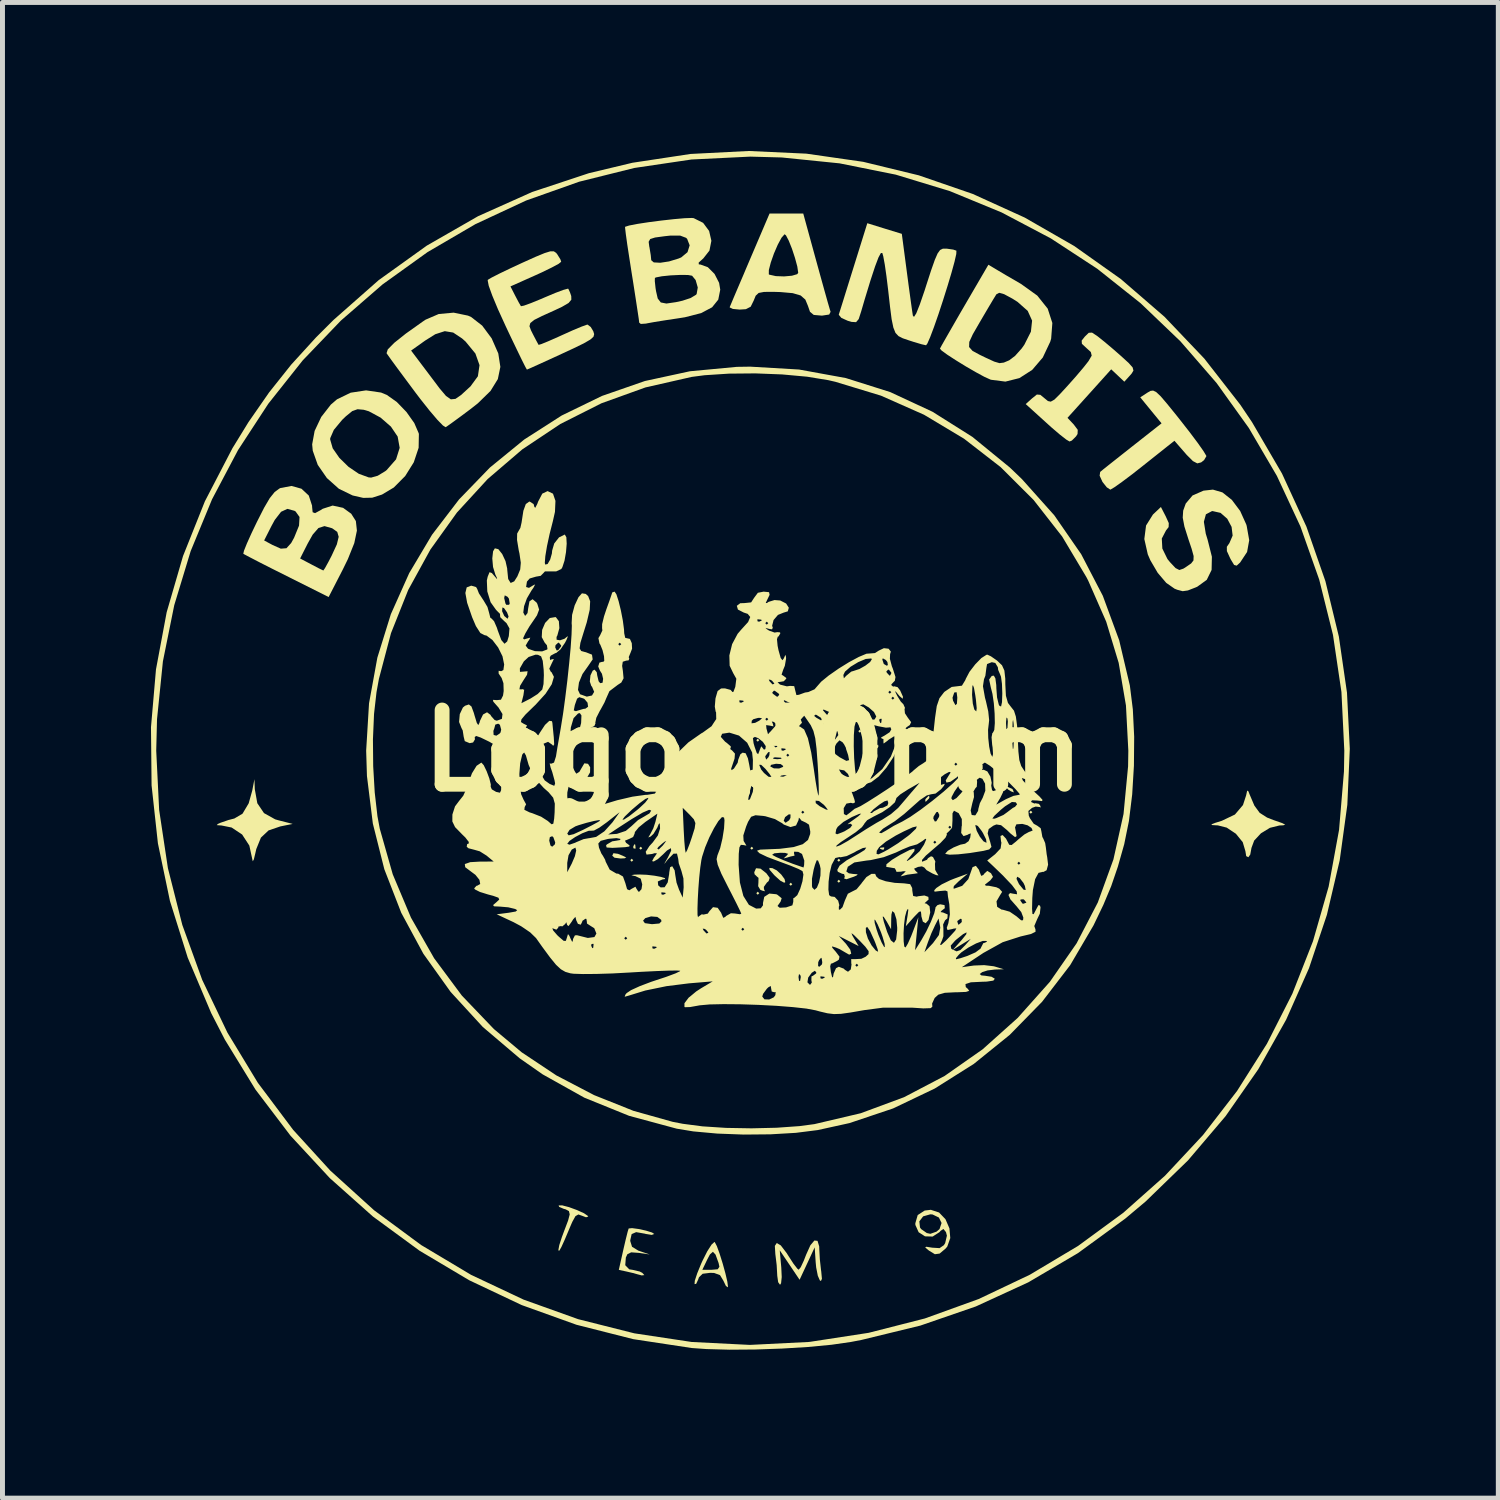
<source format=kicad_pcb>
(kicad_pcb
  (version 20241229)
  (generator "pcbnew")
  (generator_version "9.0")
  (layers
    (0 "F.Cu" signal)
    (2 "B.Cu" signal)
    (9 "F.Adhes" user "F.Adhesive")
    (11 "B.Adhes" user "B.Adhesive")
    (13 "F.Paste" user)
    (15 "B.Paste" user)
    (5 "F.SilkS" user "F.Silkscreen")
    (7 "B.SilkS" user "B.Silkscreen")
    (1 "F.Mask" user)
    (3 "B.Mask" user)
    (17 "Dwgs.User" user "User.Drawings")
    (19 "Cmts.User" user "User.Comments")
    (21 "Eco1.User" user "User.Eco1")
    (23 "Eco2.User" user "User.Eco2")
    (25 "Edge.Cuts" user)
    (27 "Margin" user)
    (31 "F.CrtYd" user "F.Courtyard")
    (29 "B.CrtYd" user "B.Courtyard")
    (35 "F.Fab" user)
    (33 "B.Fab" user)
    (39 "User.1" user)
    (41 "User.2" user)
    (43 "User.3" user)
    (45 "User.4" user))
  (footprint "Logo_30mm"
    (layer "F.Cu")
    (at 12.167 12.115)
    (property "Reference" "Logo_30mm" (at 0 0 0) (layer "F.SilkS") (effects (font (size 1.5 1.5) (thickness 0.3))))
    (attr board_only exclude_from_pos_files exclude_from_bom)
    (fp_poly (pts (xy -2.425 2.213) (xy -2.455 2.243) (xy -2.485 2.213) (xy -2.455 2.182)) (stroke (width 0) (type solid)) (fill yes) (layer "F.SilkS"))
    (fp_poly (pts (xy -2.243 1.97) (xy -2.273 2) (xy -2.304 1.97) (xy -2.273 1.94)) (stroke (width 0) (type solid)) (fill yes) (layer "F.SilkS"))
    (fp_poly (pts (xy 0 1.97) (xy -0.03 2) (xy -0.061 1.97) (xy -0.03 1.94)) (stroke (width 0) (type solid)) (fill yes) (layer "F.SilkS"))
    (fp_poly (pts (xy 0.121 -0.212) (xy 0.091 -0.182) (xy 0.061 -0.212) (xy 0.091 -0.242)) (stroke (width 0) (type solid)) (fill yes) (layer "F.SilkS"))
    (fp_poly (pts (xy 0.121 2.879) (xy 0.091 2.91) (xy 0.061 2.879) (xy 0.091 2.849)) (stroke (width 0) (type solid)) (fill yes) (layer "F.SilkS"))
    (fp_poly (pts (xy 0.788 2.698) (xy 0.758 2.728) (xy 0.727 2.698) (xy 0.758 2.667)) (stroke (width 0) (type solid)) (fill yes) (layer "F.SilkS"))
    (fp_poly (pts (xy 0.909 -0.879) (xy 0.879 -0.849) (xy 0.849 -0.879) (xy 0.879 -0.909)) (stroke (width 0) (type solid)) (fill yes) (layer "F.SilkS"))
    (fp_poly (pts (xy 1.758 2.213) (xy 1.728 2.243) (xy 1.697 2.213) (xy 1.728 2.182)) (stroke (width 0) (type solid)) (fill yes) (layer "F.SilkS"))
    (fp_poly (pts (xy 1.758 2.637) (xy 1.728 2.667) (xy 1.697 2.637) (xy 1.728 2.607)) (stroke (width 0) (type solid)) (fill yes) (layer "F.SilkS"))
    (fp_poly (pts (xy 2.182 -0.394) (xy 2.152 -0.364) (xy 2.122 -0.394) (xy 2.152 -0.424)) (stroke (width 0) (type solid)) (fill yes) (layer "F.SilkS"))
    (fp_poly (pts (xy 2.364 -0.333) (xy 2.334 -0.303) (xy 2.304 -0.333) (xy 2.334 -0.364)) (stroke (width 0) (type solid)) (fill yes) (layer "F.SilkS"))
    (fp_poly (pts (xy 5.638 1.243) (xy 5.607 1.273) (xy 5.577 1.243) (xy 5.607 1.212)) (stroke (width 0) (type solid)) (fill yes) (layer "F.SilkS"))
    (fp_poly (pts (xy -2.384 1.899) (xy -2.377 1.971) (xy -2.384 1.98) (xy -2.42 1.972) (xy -2.425 1.94) (xy -2.403 1.89)) (stroke (width 0) (type solid)) (fill yes) (layer "F.SilkS"))
    (fp_poly (pts (xy 2.344 0.02) (xy 2.336 0.056) (xy 2.304 0.061) (xy 2.254 0.038) (xy 2.263 0.02) (xy 2.335 0.013)) (stroke (width 0) (type solid)) (fill yes) (layer "F.SilkS"))
    (fp_poly (pts (xy 2.647 1.96) (xy 2.639 1.996) (xy 2.607 2) (xy 2.557 1.978) (xy 2.566 1.96) (xy 2.638 1.953)) (stroke (width 0) (type solid)) (fill yes) (layer "F.SilkS"))
    (fp_poly (pts (xy 5.231 0.772) (xy 5.244 0.788) (xy 5.265 0.843) (xy 5.208 0.822) (xy 5.153 0.788) (xy 5.106 0.739) (xy 5.134 0.728)) (stroke (width 0) (type solid)) (fill yes) (layer "F.SilkS"))
    (fp_poly (pts (xy -2.735 2.083) (xy -2.637 2.122) (xy -2.565 2.159) (xy -2.599 2.174) (xy -2.682 2.178) (xy -2.803 2.162) (xy -2.849 2.122) (xy -2.825 2.071)) (stroke (width 0) (type solid)) (fill yes) (layer "F.SilkS"))
    (fp_poly (pts (xy 2.527 -0.082) (xy 2.516 -0.061) (xy 2.459 -0.003) (xy 2.448 0) (xy 2.444 -0.039) (xy 2.455 -0.061) (xy 2.512 -0.119) (xy 2.523 -0.121)) (stroke (width 0) (type solid)) (fill yes) (layer "F.SilkS"))
    (fp_poly (pts (xy 3.558 0.948) (xy 3.546 0.97) (xy 3.489 1.028) (xy 3.479 1.031) (xy 3.474 0.991) (xy 3.486 0.97) (xy 3.543 0.912) (xy 3.553 0.909)) (stroke (width 0) (type solid)) (fill yes) (layer "F.SilkS"))
    (fp_poly (pts (xy 0.387 2.373) (xy 0.475 2.418) (xy 0.566 2.503) (xy 0.632 2.593) (xy 0.647 2.656) (xy 0.624 2.667) (xy 0.548 2.627) (xy 0.437 2.527) (xy 0.42 2.509) (xy 0.331 2.407) (xy 0.324 2.368)) (stroke (width 0) (type solid)) (fill yes) (layer "F.SilkS"))
    (fp_poly (pts (xy 0.147 2.383) (xy 0.264 2.476) (xy 0.265 2.477) (xy 0.332 2.569) (xy 0.311 2.633) (xy 0.275 2.665) (xy 0.214 2.751) (xy 0.216 2.795) (xy 0.236 2.84) (xy 0.182 2.827) (xy 0.143 2.811) (xy 0.099 2.738) (xy 0.104 2.664) (xy 0.106 2.569) (xy 0.078 2.546) (xy 0.027 2.497) (xy 0.02 2.455) (xy 0.056 2.375)) (stroke (width 0) (type solid)) (fill yes) (layer "F.SilkS"))
    (fp_poly (pts (xy -10.07 0.776) (xy -10.019 1.061) (xy -9.884 1.261) (xy -9.658 1.387) (xy -9.592 1.406) (xy -9.305 1.479) (xy -9.555 1.53) (xy -9.792 1.611) (xy -9.946 1.756) (xy -10.04 1.988) (xy -10.058 2.068) (xy -10.089 2.197) (xy -10.111 2.234) (xy -10.117 2.207) (xy -10.18 1.917) (xy -10.326 1.693) (xy -10.538 1.552) (xy -10.742 1.511) (xy -10.838 1.504) (xy -10.818 1.481) (xy -10.76 1.455) (xy -10.603 1.401) (xy -10.483 1.37) (xy -10.318 1.273) (xy -10.193 1.063) (xy -10.121 0.805) (xy -10.077 0.576)) (stroke (width 0) (type solid)) (fill yes) (layer "F.SilkS"))
    (fp_poly (pts (xy -3.722 9.221) (xy -3.561 9.28) (xy -3.42 9.344) (xy -3.34 9.399) (xy -3.334 9.411) (xy -3.378 9.426) (xy -3.456 9.396) (xy -3.533 9.369) (xy -3.592 9.403) (xy -3.656 9.519) (xy -3.7 9.621) (xy -3.806 9.873) (xy -3.876 10.027) (xy -3.916 10.098) (xy -3.933 10.101) (xy -3.936 10.08) (xy -3.918 9.986) (xy -3.865 9.823) (xy -3.819 9.699) (xy -3.74 9.49) (xy -3.708 9.367) (xy -3.724 9.301) (xy -3.789 9.266) (xy -3.832 9.254) (xy -3.922 9.215) (xy -3.932 9.186) (xy -3.86 9.185)) (stroke (width 0) (type solid)) (fill yes) (layer "F.SilkS"))
    (fp_poly (pts (xy 10.002 0.82) (xy 10.025 0.879) (xy 10.123 1.109) (xy 10.23 1.255) (xy 10.38 1.351) (xy 10.519 1.405) (xy 10.686 1.463) (xy 10.746 1.494) (xy 10.71 1.507) (xy 10.628 1.511) (xy 10.438 1.558) (xy 10.256 1.669) (xy 10.119 1.816) (xy 10.063 1.968) (xy 10.063 1.972) (xy 10.04 2.098) (xy 10.002 2.152) (xy 9.958 2.13) (xy 9.942 2.03) (xy 9.888 1.848) (xy 9.75 1.678) (xy 9.564 1.554) (xy 9.386 1.509) (xy 9.273 1.503) (xy 9.253 1.489) (xy 9.335 1.457) (xy 9.466 1.416) (xy 9.73 1.29) (xy 9.893 1.098) (xy 9.956 0.905) (xy 9.978 0.806)) (stroke (width 0) (type solid)) (fill yes) (layer "F.SilkS"))
    (fp_poly (pts (xy -2.315 9.663) (xy -2.165 9.696) (xy -2.044 9.734) (xy -2 9.763) (xy -2.051 9.782) (xy -2.174 9.762) (xy -2.191 9.757) (xy -2.366 9.726) (xy -2.457 9.766) (xy -2.485 9.89) (xy -2.485 9.906) (xy -2.449 10.022) (xy -2.321 10.1) (xy -2.288 10.111) (xy -2.091 10.177) (xy -2.313 10.145) (xy -2.466 10.134) (xy -2.543 10.172) (xy -2.574 10.239) (xy -2.586 10.394) (xy -2.506 10.477) (xy -2.436 10.488) (xy -2.295 10.521) (xy -2.243 10.548) (xy -2.2 10.594) (xy -2.254 10.6) (xy -2.334 10.579) (xy -2.435 10.551) (xy -2.555 10.523) (xy -2.716 10.488) (xy -2.624 10.078) (xy -2.576 9.872) (xy -2.538 9.72) (xy -2.517 9.652) (xy -2.517 9.652) (xy -2.448 9.645)) (stroke (width 0) (type solid)) (fill yes) (layer "F.SilkS"))
    (fp_poly (pts (xy -0.777 9.929) (xy -0.735 10.009) (xy -0.679 10.164) (xy -0.618 10.359) (xy -0.563 10.558) (xy -0.524 10.725) (xy -0.511 10.827) (xy -0.515 10.84) (xy -0.553 10.812) (xy -0.603 10.708) (xy -0.672 10.594) (xy -0.79 10.551) (xy -0.87 10.548) (xy -1.023 10.567) (xy -1.097 10.638) (xy -1.112 10.682) (xy -1.153 10.77) (xy -1.186 10.776) (xy -1.181 10.707) (xy -1.132 10.558) (xy -1.103 10.487) (xy -1.029 10.487) (xy -0.844 10.487) (xy -0.718 10.476) (xy -0.684 10.426) (xy -0.7 10.351) (xy -0.762 10.18) (xy -0.815 10.123) (xy -0.875 10.176) (xy -0.927 10.274) (xy -1.029 10.487) (xy -1.103 10.487) (xy -1.05 10.358) (xy -1.027 10.307) (xy -0.928 10.111) (xy -0.842 9.977) (xy -0.785 9.925)) (stroke (width 0) (type solid)) (fill yes) (layer "F.SilkS"))
    (fp_poly (pts (xy 8.142 -7.243) (xy 8.231 -7.159) (xy 8.359 -7.009) (xy 8.543 -6.782) (xy 8.631 -6.671) (xy 8.821 -6.428) (xy 8.98 -6.216) (xy 9.094 -6.054) (xy 9.15 -5.961) (xy 9.154 -5.95) (xy 9.107 -5.87) (xy 9.048 -5.824) (xy 8.97 -5.804) (xy 8.882 -5.85) (xy 8.756 -5.976) (xy 8.725 -6.012) (xy 8.508 -6.261) (xy 7.888 -5.768) (xy 7.653 -5.583) (xy 7.449 -5.43) (xy 7.298 -5.323) (xy 7.217 -5.275) (xy 7.212 -5.274) (xy 7.142 -5.32) (xy 7.055 -5.429) (xy 6.997 -5.555) (xy 7.008 -5.631) (xy 7.074 -5.686) (xy 7.216 -5.799) (xy 7.412 -5.954) (xy 7.642 -6.136) (xy 7.655 -6.146) (xy 8.248 -6.613) (xy 8.033 -6.875) (xy 7.818 -7.138) (xy 7.963 -7.233) (xy 8.023 -7.268) (xy 8.078 -7.275)) (stroke (width 0) (type solid)) (fill yes) (layer "F.SilkS"))
    (fp_poly (pts (xy 1.298 9.902) (xy 1.332 10.014) (xy 1.334 10.078) (xy 1.345 10.275) (xy 1.369 10.494) (xy 1.373 10.518) (xy 1.387 10.669) (xy 1.367 10.713) (xy 1.345 10.7) (xy 1.304 10.607) (xy 1.271 10.44) (xy 1.261 10.336) (xy 1.241 10.033) (xy 1.089 10.36) (xy 0.936 10.688) (xy 0.736 10.391) (xy 0.535 10.093) (xy 0.566 10.442) (xy 0.575 10.633) (xy 0.562 10.758) (xy 0.541 10.79) (xy 0.503 10.737) (xy 0.485 10.608) (xy 0.484 10.593) (xy 0.473 10.392) (xy 0.447 10.177) (xy 0.446 10.169) (xy 0.436 10.004) (xy 0.475 9.946) (xy 0.556 9.994) (xy 0.674 10.148) (xy 0.715 10.213) (xy 0.814 10.366) (xy 0.891 10.465) (xy 0.918 10.485) (xy 0.959 10.435) (xy 1.021 10.302) (xy 1.067 10.184) (xy 1.154 9.991) (xy 1.235 9.895)) (stroke (width 0) (type solid)) (fill yes) (layer "F.SilkS"))
    (fp_poly (pts (xy 3.753 9.329) (xy 3.883 9.465) (xy 3.963 9.65) (xy 3.98 9.846) (xy 3.919 10.018) (xy 3.886 10.057) (xy 3.765 10.159) (xy 3.669 10.172) (xy 3.549 10.099) (xy 3.543 10.094) (xy 3.473 10.035) (xy 3.495 10.021) (xy 3.616 10.04) (xy 3.764 10.049) (xy 3.85 9.99) (xy 3.877 9.947) (xy 3.912 9.797) (xy 3.893 9.725) (xy 3.842 9.662) (xy 3.784 9.7) (xy 3.762 9.726) (xy 3.624 9.815) (xy 3.47 9.811) (xy 3.341 9.728) (xy 3.275 9.581) (xy 3.274 9.548) (xy 3.285 9.508) (xy 3.355 9.508) (xy 3.368 9.631) (xy 3.391 9.664) (xy 3.506 9.744) (xy 3.577 9.76) (xy 3.702 9.716) (xy 3.763 9.664) (xy 3.804 9.541) (xy 3.75 9.431) (xy 3.622 9.369) (xy 3.577 9.366) (xy 3.432 9.407) (xy 3.355 9.508) (xy 3.285 9.508) (xy 3.322 9.381) (xy 3.463 9.29) (xy 3.587 9.275)) (stroke (width 0) (type solid)) (fill yes) (layer "F.SilkS"))
    (fp_poly (pts (xy 6.948 -8.377) (xy 6.964 -8.365) (xy 7.094 -8.261) (xy 7.272 -8.111) (xy 7.425 -7.977) (xy 7.584 -7.832) (xy 7.664 -7.742) (xy 7.68 -7.678) (xy 7.642 -7.616) (xy 7.611 -7.581) (xy 7.496 -7.454) (xy 7.364 -7.579) (xy 7.231 -7.704) (xy 6.79 -7.214) (xy 6.348 -6.724) (xy 6.474 -6.59) (xy 6.555 -6.482) (xy 6.551 -6.397) (xy 6.521 -6.35) (xy 6.436 -6.265) (xy 6.389 -6.246) (xy 6.323 -6.285) (xy 6.191 -6.388) (xy 6.017 -6.537) (xy 5.92 -6.625) (xy 5.504 -7.002) (xy 5.632 -7.117) (xy 5.729 -7.195) (xy 5.799 -7.189) (xy 5.887 -7.117) (xy 5.953 -7.063) (xy 6.01 -7.051) (xy 6.083 -7.092) (xy 6.192 -7.2) (xy 6.344 -7.365) (xy 6.515 -7.557) (xy 6.664 -7.733) (xy 6.764 -7.859) (xy 6.774 -7.873) (xy 6.837 -7.981) (xy 6.819 -8.054) (xy 6.733 -8.132) (xy 6.639 -8.219) (xy 6.634 -8.284) (xy 6.698 -8.365) (xy 6.777 -8.442) (xy 6.843 -8.446)) (stroke (width 0) (type solid)) (fill yes) (layer "F.SilkS"))
    (fp_poly (pts (xy -7.519 -7.235) (xy -7.403 -7.187) (xy -7.202 -7.045) (xy -7.006 -6.842) (xy -6.848 -6.619) (xy -6.759 -6.414) (xy -6.755 -6.396) (xy -6.76 -6.119) (xy -6.858 -5.826) (xy -7.031 -5.549) (xy -7.261 -5.317) (xy -7.5 -5.174) (xy -7.696 -5.111) (xy -7.879 -5.107) (xy -8.093 -5.156) (xy -8.371 -5.291) (xy -8.614 -5.508) (xy -8.798 -5.774) (xy -8.899 -6.06) (xy -8.911 -6.188) (xy -8.893 -6.286) (xy -8.547 -6.286) (xy -8.496 -6.109) (xy -8.362 -5.916) (xy -8.177 -5.735) (xy -7.969 -5.594) (xy -7.77 -5.521) (xy -7.719 -5.517) (xy -7.587 -5.554) (xy -7.432 -5.648) (xy -7.406 -5.669) (xy -7.216 -5.886) (xy -7.143 -6.118) (xy -7.184 -6.346) (xy -7.32 -6.547) (xy -7.529 -6.729) (xy -7.767 -6.857) (xy -7.87 -6.887) (xy -7.994 -6.898) (xy -8.1 -6.861) (xy -8.228 -6.757) (xy -8.305 -6.683) (xy -8.473 -6.481) (xy -8.546 -6.313) (xy -8.547 -6.286) (xy -8.893 -6.286) (xy -8.861 -6.46) (xy -8.727 -6.743) (xy -8.533 -6.992) (xy -8.409 -7.098) (xy -8.133 -7.232) (xy -7.822 -7.279)) (stroke (width 0) (type solid)) (fill yes) (layer "F.SilkS"))
    (fp_poly (pts (xy -5.763 -8.789) (xy -5.698 -8.76) (xy -5.476 -8.587) (xy -5.285 -8.33) (xy -5.151 -8.025) (xy -5.15 -8.019) (xy -5.109 -7.753) (xy -5.16 -7.507) (xy -5.308 -7.267) (xy -5.563 -7.018) (xy -5.717 -6.897) (xy -5.918 -6.747) (xy -6.085 -6.625) (xy -6.192 -6.549) (xy -6.214 -6.535) (xy -6.269 -6.569) (xy -6.381 -6.684) (xy -6.537 -6.867) (xy -6.721 -7.099) (xy -6.82 -7.229) (xy -7.014 -7.49) (xy -7.184 -7.719) (xy -7.315 -7.898) (xy -7.393 -8.008) (xy -7.408 -8.03) (xy -7.391 -8.083) (xy -6.912 -8.083) (xy -6.513 -7.554) (xy -6.334 -7.316) (xy -6.207 -7.166) (xy -6.109 -7.098) (xy -6.016 -7.107) (xy -5.903 -7.185) (xy -5.747 -7.328) (xy -5.713 -7.359) (xy -5.563 -7.564) (xy -5.53 -7.788) (xy -5.613 -8.023) (xy -5.811 -8.264) (xy -5.883 -8.328) (xy -6.062 -8.447) (xy -6.232 -8.475) (xy -6.424 -8.413) (xy -6.628 -8.285) (xy -6.912 -8.083) (xy -7.391 -8.083) (xy -7.383 -8.107) (xy -7.253 -8.239) (xy -7.017 -8.427) (xy -6.678 -8.668) (xy -6.62 -8.707) (xy -6.355 -8.821) (xy -6.053 -8.849)) (stroke (width 0) (type solid)) (fill yes) (layer "F.SilkS"))
    (fp_poly (pts (xy 1.272 -9.896) (xy 1.362 -9.57) (xy 1.442 -9.282) (xy 1.506 -9.054) (xy 1.549 -8.907) (xy 1.562 -8.866) (xy 1.534 -8.811) (xy 1.396 -8.79) (xy 1.372 -8.79) (xy 1.222 -8.803) (xy 1.146 -8.866) (xy 1.105 -8.985) (xy 1.052 -9.113) (xy 0.957 -9.196) (xy 0.797 -9.243) (xy 0.549 -9.265) (xy 0.415 -9.269) (xy 0.219 -9.268) (xy 0.109 -9.247) (xy 0.049 -9.191) (xy 0.009 -9.093) (xy -0.052 -8.969) (xy -0.149 -8.919) (xy -0.275 -8.911) (xy -0.412 -8.924) (xy -0.475 -8.954) (xy -0.475 -8.963) (xy -0.445 -9.034) (xy -0.377 -9.196) (xy -0.277 -9.43) (xy -0.194 -9.624) (xy 0.314 -9.624) (xy 0.322 -9.617) (xy 0.456 -9.587) (xy 0.623 -9.581) (xy 0.781 -9.595) (xy 0.887 -9.626) (xy 0.908 -9.654) (xy 0.89 -9.78) (xy 0.843 -9.954) (xy 0.782 -10.14) (xy 0.717 -10.303) (xy 0.661 -10.41) (xy 0.633 -10.433) (xy 0.571 -10.363) (xy 0.495 -10.222) (xy 0.418 -10.044) (xy 0.354 -9.862) (xy 0.315 -9.711) (xy 0.314 -9.624) (xy -0.194 -9.624) (xy -0.155 -9.717) (xy -0.063 -9.933) (xy 0.329 -10.851) (xy 0.669 -10.851) (xy 1.01 -10.851)) (stroke (width 0) (type solid)) (fill yes) (layer "F.SilkS"))
    (fp_poly (pts (xy 4.936 -9.706) (xy 5.101 -9.608) (xy 5.308 -9.488) (xy 5.409 -9.429) (xy 5.737 -9.194) (xy 5.948 -8.93) (xy 6.042 -8.64) (xy 6.018 -8.325) (xy 6 -8.263) (xy 5.849 -7.943) (xy 5.635 -7.693) (xy 5.377 -7.527) (xy 5.094 -7.456) (xy 4.805 -7.493) (xy 4.789 -7.498) (xy 4.666 -7.554) (xy 4.491 -7.649) (xy 4.291 -7.765) (xy 4.093 -7.887) (xy 3.922 -7.998) (xy 3.806 -8.082) (xy 3.771 -8.122) (xy 3.789 -8.155) (xy 4.36 -8.155) (xy 4.429 -8.077) (xy 4.576 -7.997) (xy 4.698 -7.938) (xy 4.868 -7.86) (xy 4.974 -7.829) (xy 5.061 -7.84) (xy 5.17 -7.886) (xy 5.289 -7.976) (xy 5.423 -8.126) (xy 5.476 -8.201) (xy 5.609 -8.465) (xy 5.633 -8.688) (xy 5.544 -8.885) (xy 5.338 -9.067) (xy 5.237 -9.131) (xy 5.068 -9.222) (xy 4.969 -9.25) (xy 4.913 -9.221) (xy 4.904 -9.208) (xy 4.85 -9.12) (xy 4.752 -8.956) (xy 4.628 -8.745) (xy 4.57 -8.646) (xy 4.435 -8.412) (xy 4.364 -8.258) (xy 4.36 -8.155) (xy 3.789 -8.155) (xy 3.806 -8.187) (xy 3.892 -8.338) (xy 4.017 -8.556) (xy 4.17 -8.822) (xy 4.269 -8.992) (xy 4.75 -9.817)) (stroke (width 0) (type solid)) (fill yes) (layer "F.SilkS"))
    (fp_poly (pts (xy 2.652 -10.548) (xy 3.001 -10.441) (xy 3.1 -9.691) (xy 3.14 -9.389) (xy 3.177 -9.118) (xy 3.206 -8.909) (xy 3.224 -8.791) (xy 3.224 -8.79) (xy 3.247 -8.763) (xy 3.293 -8.835) (xy 3.364 -9.013) (xy 3.463 -9.301) (xy 3.493 -9.396) (xy 3.593 -9.704) (xy 3.667 -9.914) (xy 3.724 -10.045) (xy 3.775 -10.115) (xy 3.829 -10.141) (xy 3.897 -10.142) (xy 3.907 -10.142) (xy 4.04 -10.123) (xy 4.104 -10.101) (xy 4.101 -10.033) (xy 4.065 -9.875) (xy 4.003 -9.65) (xy 3.923 -9.383) (xy 3.833 -9.097) (xy 3.74 -8.814) (xy 3.651 -8.559) (xy 3.574 -8.355) (xy 3.517 -8.225) (xy 3.491 -8.19) (xy 3.398 -8.211) (xy 3.237 -8.259) (xy 3.141 -8.29) (xy 3.021 -8.331) (xy 2.934 -8.375) (xy 2.873 -8.44) (xy 2.83 -8.548) (xy 2.795 -8.717) (xy 2.763 -8.968) (xy 2.725 -9.305) (xy 2.691 -9.583) (xy 2.657 -9.82) (xy 2.626 -9.988) (xy 2.607 -10.054) (xy 2.578 -10.053) (xy 2.53 -9.965) (xy 2.461 -9.783) (xy 2.368 -9.5) (xy 2.249 -9.11) (xy 2.18 -8.874) (xy 2.13 -8.719) (xy 2.077 -8.657) (xy 1.987 -8.662) (xy 1.908 -8.685) (xy 1.78 -8.743) (xy 1.728 -8.805) (xy 1.729 -8.814) (xy 1.754 -8.893) (xy 1.808 -9.065) (xy 1.884 -9.31) (xy 1.976 -9.605) (xy 2.027 -9.768) (xy 2.304 -10.656)) (stroke (width 0) (type solid)) (fill yes) (layer "F.SilkS"))
    (fp_poly (pts (xy 9.477 -5.218) (xy 9.668 -5.067) (xy 9.836 -4.843) (xy 9.959 -4.571) (xy 9.968 -4.541) (xy 10.019 -4.252) (xy 9.976 -4.014) (xy 9.835 -3.801) (xy 9.766 -3.738) (xy 9.714 -3.752) (xy 9.649 -3.859) (xy 9.632 -3.892) (xy 9.568 -4.032) (xy 9.567 -4.119) (xy 9.619 -4.194) (xy 9.684 -4.345) (xy 9.663 -4.521) (xy 9.575 -4.686) (xy 9.44 -4.804) (xy 9.276 -4.841) (xy 9.265 -4.839) (xy 9.144 -4.775) (xy 9.103 -4.624) (xy 9.141 -4.385) (xy 9.179 -4.26) (xy 9.265 -3.918) (xy 9.259 -3.651) (xy 9.161 -3.451) (xy 8.969 -3.312) (xy 8.939 -3.299) (xy 8.78 -3.237) (xy 8.675 -3.222) (xy 8.568 -3.25) (xy 8.512 -3.272) (xy 8.343 -3.39) (xy 8.171 -3.592) (xy 8.022 -3.846) (xy 7.97 -3.966) (xy 7.9 -4.276) (xy 7.935 -4.549) (xy 8.074 -4.771) (xy 8.089 -4.785) (xy 8.235 -4.923) (xy 8.333 -4.733) (xy 8.394 -4.598) (xy 8.391 -4.517) (xy 8.338 -4.449) (xy 8.253 -4.286) (xy 8.264 -4.083) (xy 8.367 -3.872) (xy 8.419 -3.808) (xy 8.531 -3.689) (xy 8.607 -3.65) (xy 8.69 -3.678) (xy 8.752 -3.718) (xy 8.846 -3.783) (xy 8.893 -3.844) (xy 8.896 -3.932) (xy 8.856 -4.078) (xy 8.79 -4.274) (xy 8.71 -4.528) (xy 8.676 -4.707) (xy 8.685 -4.849) (xy 8.736 -4.991) (xy 8.736 -4.992) (xy 8.874 -5.156) (xy 9.096 -5.253) (xy 9.286 -5.274)) (stroke (width 0) (type solid)) (fill yes) (layer "F.SilkS"))
    (fp_poly (pts (xy -9.127 -5.292) (xy -8.979 -5.154) (xy -8.913 -4.951) (xy -8.911 -4.914) (xy -8.901 -4.817) (xy -8.852 -4.799) (xy -8.739 -4.86) (xy -8.697 -4.887) (xy -8.497 -4.952) (xy -8.286 -4.906) (xy -8.122 -4.787) (xy -8.028 -4.639) (xy -8.007 -4.446) (xy -8.06 -4.193) (xy -8.19 -3.869) (xy -8.293 -3.658) (xy -8.578 -3.104) (xy -9.426 -3.529) (xy -9.719 -3.676) (xy -9.971 -3.804) (xy -10.123 -3.883) (xy -9.154 -3.883) (xy -8.927 -3.763) (xy -8.784 -3.688) (xy -8.696 -3.645) (xy -8.685 -3.64) (xy -8.652 -3.688) (xy -8.583 -3.813) (xy -8.518 -3.938) (xy -8.412 -4.168) (xy -8.375 -4.321) (xy -8.404 -4.42) (xy -8.502 -4.49) (xy -8.513 -4.495) (xy -8.662 -4.537) (xy -8.784 -4.498) (xy -8.9 -4.365) (xy -9 -4.187) (xy -9.154 -3.883) (xy -10.123 -3.883) (xy -10.164 -3.904) (xy -10.279 -3.965) (xy -10.302 -3.979) (xy -10.288 -4.04) (xy -10.229 -4.187) (xy -10.202 -4.247) (xy -9.881 -4.247) (xy -9.714 -4.157) (xy -9.544 -4.081) (xy -9.43 -4.09) (xy -9.335 -4.195) (xy -9.276 -4.302) (xy -9.176 -4.547) (xy -9.166 -4.721) (xy -9.246 -4.833) (xy -9.271 -4.847) (xy -9.412 -4.885) (xy -9.539 -4.826) (xy -9.666 -4.662) (xy -9.732 -4.541) (xy -9.881 -4.247) (xy -10.202 -4.247) (xy -10.135 -4.396) (xy -10.029 -4.617) (xy -9.882 -4.907) (xy -9.767 -5.103) (xy -9.668 -5.226) (xy -9.574 -5.295) (xy -9.552 -5.306) (xy -9.327 -5.348)) (stroke (width 0) (type solid)) (fill yes) (layer "F.SilkS"))
    (fp_poly (pts (xy -4.029 -10.088) (xy -3.983 -10.057) (xy -3.961 -10.03) (xy -3.896 -9.925) (xy -3.88 -9.877) (xy -3.931 -9.836) (xy -4.07 -9.761) (xy -4.271 -9.663) (xy -4.392 -9.608) (xy -4.905 -9.379) (xy -4.809 -9.191) (xy -4.739 -9.058) (xy -4.695 -8.982) (xy -4.693 -8.979) (xy -4.632 -8.991) (xy -4.488 -9.043) (xy -4.288 -9.125) (xy -4.216 -9.156) (xy -4.003 -9.246) (xy -3.838 -9.308) (xy -3.746 -9.333) (xy -3.736 -9.331) (xy -3.702 -9.258) (xy -3.677 -9.184) (xy -3.675 -9.111) (xy -3.731 -9.044) (xy -3.865 -8.966) (xy -4.018 -8.894) (xy -4.269 -8.781) (xy -4.426 -8.702) (xy -4.504 -8.639) (xy -4.521 -8.575) (xy -4.491 -8.493) (xy -4.454 -8.419) (xy -4.383 -8.283) (xy -4.34 -8.204) (xy -4.336 -8.198) (xy -4.279 -8.215) (xy -4.139 -8.272) (xy -3.942 -8.359) (xy -3.863 -8.395) (xy -3.645 -8.493) (xy -3.468 -8.567) (xy -3.362 -8.605) (xy -3.347 -8.608) (xy -3.283 -8.559) (xy -3.232 -8.474) (xy -3.214 -8.415) (xy -3.228 -8.362) (xy -3.292 -8.305) (xy -3.421 -8.23) (xy -3.632 -8.127) (xy -3.865 -8.019) (xy -4.128 -7.898) (xy -4.348 -7.798) (xy -4.503 -7.728) (xy -4.572 -7.699) (xy -4.573 -7.699) (xy -4.603 -7.751) (xy -4.675 -7.894) (xy -4.78 -8.111) (xy -4.91 -8.382) (xy -5.003 -8.579) (xy -5.158 -8.919) (xy -5.273 -9.195) (xy -5.344 -9.392) (xy -5.365 -9.499) (xy -5.361 -9.513) (xy -5.285 -9.558) (xy -5.124 -9.64) (xy -4.901 -9.747) (xy -4.673 -9.853) (xy -4.4 -9.976) (xy -4.216 -10.052) (xy -4.1 -10.088)) (stroke (width 0) (type solid)) (fill yes) (layer "F.SilkS"))
    (fp_poly (pts (xy -1.203 -10.758) (xy -1.013 -10.663) (xy -0.892 -10.5) (xy -0.846 -10.301) (xy -0.885 -10.103) (xy -1.008 -9.946) (xy -1.103 -9.86) (xy -1.1 -9.824) (xy -1.066 -9.821) (xy -0.918 -9.767) (xy -0.782 -9.631) (xy -0.69 -9.451) (xy -0.667 -9.313) (xy -0.707 -9.112) (xy -0.832 -8.957) (xy -1.053 -8.84) (xy -1.38 -8.756) (xy -1.526 -8.733) (xy -1.778 -8.695) (xy -1.997 -8.66) (xy -2.145 -8.633) (xy -2.167 -8.628) (xy -2.272 -8.621) (xy -2.304 -8.647) (xy -2.313 -8.722) (xy -2.339 -8.895) (xy -2.377 -9.144) (xy -2.424 -9.447) (xy -2.43 -9.486) (xy -1.989 -9.486) (xy -1.974 -9.345) (xy -1.964 -9.283) (xy -1.93 -9.135) (xy -1.868 -9.055) (xy -1.755 -9.033) (xy -1.563 -9.061) (xy -1.431 -9.09) (xy -1.267 -9.144) (xy -1.157 -9.21) (xy -1.144 -9.225) (xy -1.121 -9.357) (xy -1.164 -9.507) (xy -1.236 -9.595) (xy -1.32 -9.61) (xy -1.48 -9.611) (xy -1.67 -9.602) (xy -1.846 -9.584) (xy -1.965 -9.561) (xy -1.987 -9.55) (xy -1.989 -9.486) (xy -2.43 -9.486) (xy -2.454 -9.635) (xy -2.504 -9.956) (xy -2.546 -10.23) (xy -2.553 -10.281) (xy -2.113 -10.281) (xy -2.101 -10.185) (xy -2.097 -10.169) (xy -2.071 -10.012) (xy -2.061 -9.908) (xy -2.01 -9.864) (xy -1.878 -9.857) (xy -1.7 -9.884) (xy -1.51 -9.942) (xy -1.455 -9.965) (xy -1.328 -10.071) (xy -1.285 -10.209) (xy -1.336 -10.34) (xy -1.358 -10.361) (xy -1.475 -10.405) (xy -1.681 -10.405) (xy -1.791 -10.393) (xy -1.984 -10.367) (xy -2.082 -10.336) (xy -2.113 -10.281) (xy -2.553 -10.281) (xy -2.575 -10.439) (xy -2.589 -10.56) (xy -2.59 -10.583) (xy -2.508 -10.609) (xy -2.338 -10.642) (xy -2.109 -10.677) (xy -1.853 -10.71) (xy -1.602 -10.738) (xy -1.387 -10.757) (xy -1.24 -10.762)) (stroke (width 0) (type solid)) (fill yes) (layer "F.SilkS"))
    (fp_poly (pts (xy 0.925 -7.7) (xy 1.869 -7.528) (xy 2.768 -7.244) (xy 3.621 -6.847) (xy 4.427 -6.339) (xy 5.183 -5.721) (xy 5.428 -5.486) (xy 6.081 -4.755) (xy 6.625 -3.969) (xy 7.062 -3.128) (xy 7.392 -2.231) (xy 7.608 -1.316) (xy 7.668 -0.834) (xy 7.695 -0.282) (xy 7.69 0.303) (xy 7.655 0.883) (xy 7.589 1.421) (xy 7.496 1.879) (xy 7.495 1.885) (xy 7.365 2.344) (xy 7.231 2.736) (xy 7.072 3.116) (xy 6.873 3.53) (xy 6.402 4.333) (xy 5.835 5.072) (xy 5.182 5.74) (xy 4.456 6.327) (xy 3.666 6.825) (xy 2.825 7.227) (xy 1.944 7.523) (xy 1.303 7.664) (xy 0.86 7.72) (xy 0.348 7.75) (xy -0.194 7.755) (xy -0.727 7.735) (xy -1.211 7.691) (xy -1.546 7.636) (xy -2.509 7.376) (xy -3.412 7.01) (xy -4.254 6.539) (xy -4.718 6.215) (xy -5.464 5.581) (xy -6.113 4.874) (xy -6.664 4.103) (xy -7.111 3.275) (xy -7.453 2.395) (xy -7.685 1.472) (xy -7.804 0.512) (xy -7.82 0) (xy -7.806 -0.23) (xy -7.683 -0.23) (xy -7.678 0.312) (xy -7.647 0.844) (xy -7.592 1.324) (xy -7.545 1.576) (xy -7.283 2.497) (xy -6.915 3.372) (xy -6.447 4.193) (xy -5.887 4.947) (xy -5.24 5.623) (xy -4.677 6.094) (xy -3.977 6.56) (xy -3.215 6.958) (xy -2.422 7.275) (xy -1.63 7.497) (xy -1.425 7.537) (xy -1.026 7.589) (xy -0.55 7.62) (xy -0.037 7.629) (xy 0.472 7.617) (xy 0.935 7.584) (xy 1.235 7.544) (xy 2.171 7.324) (xy 3.046 7) (xy 3.865 6.571) (xy 4.633 6.033) (xy 5.34 5.4) (xy 5.992 4.669) (xy 6.532 3.891) (xy 6.96 3.067) (xy 7.276 2.196) (xy 7.48 1.279) (xy 7.572 0.316) (xy 7.577 0) (xy 7.529 -0.913) (xy 7.382 -1.774) (xy 7.13 -2.606) (xy 6.766 -3.436) (xy 6.728 -3.509) (xy 6.241 -4.325) (xy 5.662 -5.066) (xy 4.998 -5.728) (xy 4.257 -6.303) (xy 3.449 -6.787) (xy 2.58 -7.172) (xy 1.659 -7.452) (xy 1.516 -7.485) (xy 1.089 -7.555) (xy 0.584 -7.601) (xy 0.043 -7.622) (xy -0.492 -7.617) (xy -0.981 -7.585) (xy -1.243 -7.551) (xy -2.179 -7.338) (xy -3.067 -7.018) (xy -3.898 -6.599) (xy -4.667 -6.086) (xy -5.365 -5.488) (xy -5.986 -4.811) (xy -6.523 -4.062) (xy -6.97 -3.248) (xy -7.318 -2.375) (xy -7.562 -1.452) (xy -7.611 -1.182) (xy -7.661 -0.742) (xy -7.683 -0.23) (xy -7.806 -0.23) (xy -7.762 -0.957) (xy -7.594 -1.879) (xy -7.321 -2.758) (xy -6.95 -3.588) (xy -6.489 -4.363) (xy -5.944 -5.075) (xy -5.321 -5.719) (xy -4.627 -6.286) (xy -3.87 -6.771) (xy -3.055 -7.167) (xy -2.189 -7.468) (xy -1.279 -7.665) (xy -0.332 -7.754) (xy -0.061 -7.758)) (stroke (width 0) (type solid)) (fill yes) (layer "F.SilkS"))
    (fp_poly (pts (xy 1.073 -12.061) (xy 2.221 -11.896) (xy 3.344 -11.623) (xy 4.434 -11.247) (xy 5.483 -10.77) (xy 6.484 -10.195) (xy 7.427 -9.527) (xy 8.306 -8.767) (xy 9.112 -7.921) (xy 9.838 -6.99) (xy 10.075 -6.638) (xy 10.681 -5.599) (xy 11.175 -4.525) (xy 11.558 -3.425) (xy 11.83 -2.305) (xy 11.994 -1.173) (xy 12.051 -0.038) (xy 12.001 1.094) (xy 11.847 2.215) (xy 11.588 3.317) (xy 11.227 4.393) (xy 10.765 5.434) (xy 10.203 6.434) (xy 9.541 7.384) (xy 8.782 8.277) (xy 7.927 9.106) (xy 7.513 9.454) (xy 6.559 10.15) (xy 5.556 10.74) (xy 4.497 11.227) (xy 3.375 11.614) (xy 2.184 11.904) (xy 1.97 11.945) (xy 1.581 12.001) (xy 1.106 12.046) (xy 0.581 12.078) (xy 0.04 12.097) (xy -0.48 12.101) (xy -0.946 12.088) (xy -1.243 12.067) (xy -2.424 11.888) (xy -3.572 11.597) (xy -4.679 11.199) (xy -5.738 10.698) (xy -6.742 10.101) (xy -7.683 9.411) (xy -8.554 8.635) (xy -9.348 7.778) (xy -10.057 6.844) (xy -10.674 5.838) (xy -10.95 5.302) (xy -11.425 4.18) (xy -11.784 3.035) (xy -12.027 1.872) (xy -12.155 0.7) (xy -12.162 0) (xy -12.061 0) (xy -12.002 1.197) (xy -11.825 2.373) (xy -11.534 3.52) (xy -11.132 4.63) (xy -10.623 5.695) (xy -10.009 6.708) (xy -9.294 7.661) (xy -8.544 8.483) (xy -7.661 9.283) (xy -6.71 9.986) (xy -5.7 10.589) (xy -4.64 11.089) (xy -3.538 11.484) (xy -2.403 11.77) (xy -1.243 11.945) (xy -0.068 12.004) (xy 1.114 11.945) (xy 1.152 11.941) (xy 2.33 11.76) (xy 3.466 11.47) (xy 4.554 11.077) (xy 5.588 10.586) (xy 6.564 10.003) (xy 7.475 9.335) (xy 8.318 8.586) (xy 9.086 7.764) (xy 9.774 6.873) (xy 10.377 5.92) (xy 10.89 4.91) (xy 11.307 3.849) (xy 11.624 2.744) (xy 11.834 1.599) (xy 11.933 0.421) (xy 11.94 0) (xy 11.882 -1.186) (xy 11.711 -2.34) (xy 11.433 -3.456) (xy 11.054 -4.528) (xy 10.578 -5.551) (xy 10.011 -6.519) (xy 9.36 -7.427) (xy 8.629 -8.27) (xy 7.823 -9.041) (xy 6.95 -9.735) (xy 6.013 -10.348) (xy 5.018 -10.873) (xy 3.972 -11.304) (xy 2.878 -11.637) (xy 1.744 -11.865) (xy 0.575 -11.984) (xy -0.061 -12.001) (xy -1.247 -11.943) (xy -2.401 -11.772) (xy -3.517 -11.494) (xy -4.589 -11.114) (xy -5.611 -10.638) (xy -6.58 -10.072) (xy -7.488 -9.42) (xy -8.33 -8.689) (xy -9.102 -7.884) (xy -9.796 -7.01) (xy -10.408 -6.073) (xy -10.933 -5.079) (xy -11.365 -4.032) (xy -11.697 -2.939) (xy -11.926 -1.805) (xy -12.045 -0.635) (xy -12.061 0) (xy -12.162 0) (xy -12.167 -0.473) (xy -12.066 -1.642) (xy -11.85 -2.797) (xy -11.52 -3.931) (xy -11.078 -5.038) (xy -10.522 -6.109) (xy -10.197 -6.638) (xy -9.779 -7.24) (xy -9.334 -7.799) (xy -8.83 -8.352) (xy -8.478 -8.703) (xy -7.568 -9.505) (xy -6.595 -10.203) (xy -5.56 -10.797) (xy -4.468 -11.286) (xy -3.322 -11.666) (xy -2.441 -11.877) (xy -1.266 -12.055) (xy -0.092 -12.115)) (stroke (width 0) (type solid)) (fill yes) (layer "F.SilkS"))
    (fp_poly (pts (xy -4.046 -5.192) (xy -3.996 -5.047) (xy -4.006 -4.824) (xy -4.048 -4.637) (xy -4.114 -4.378) (xy -4.167 -4.132) (xy -4.201 -3.928) (xy -4.211 -3.794) (xy -4.203 -3.76) (xy -4.155 -3.771) (xy -4.103 -3.86) (xy -4.068 -3.984) (xy -4.063 -4.042) (xy -4.021 -4.186) (xy -3.924 -4.309) (xy -3.811 -4.365) (xy -3.806 -4.365) (xy -3.776 -4.312) (xy -3.769 -4.181) (xy -3.783 -4.01) (xy -3.813 -3.839) (xy -3.856 -3.707) (xy -3.878 -3.67) (xy -3.981 -3.622) (xy -4.092 -3.622) (xy -4.208 -3.622) (xy -4.243 -3.584) (xy -4.295 -3.532) (xy -4.389 -3.516) (xy -4.516 -3.479) (xy -4.572 -3.416) (xy -4.589 -3.307) (xy -4.531 -3.289) (xy -4.445 -3.341) (xy -4.406 -3.359) (xy -4.442 -3.29) (xy -4.482 -3.233) (xy -4.573 -3.077) (xy -4.63 -2.919) (xy -4.646 -2.791) (xy -4.613 -2.729) (xy -4.602 -2.728) (xy -4.56 -2.78) (xy -4.547 -2.876) (xy -4.521 -3.017) (xy -4.458 -3.06) (xy -4.378 -2.993) (xy -4.362 -2.965) (xy -4.326 -2.85) (xy -4.369 -2.735) (xy -4.409 -2.675) (xy -4.521 -2.511) (xy -4.604 -2.37) (xy -4.651 -2.269) (xy -4.628 -2.248) (xy -4.575 -2.265) (xy -4.504 -2.284) (xy -4.527 -2.237) (xy -4.549 -2.209) (xy -4.598 -2.123) (xy -4.552 -2.063) (xy -4.543 -2.057) (xy -4.41 -2.011) (xy -4.265 -2.006) (xy -4.164 -2.044) (xy -4.157 -2.054) (xy -4.162 -2.088) (xy -4.001 -2.088) (xy -3.972 -2.025) (xy -3.94 -2.031) (xy -3.882 -2.108) (xy -3.88 -2.125) (xy -3.926 -2.181) (xy -3.94 -2.182) (xy -3.994 -2.133) (xy -4.001 -2.088) (xy -4.162 -2.088) (xy -4.169 -2.131) (xy -4.213 -2.182) (xy -4.273 -2.294) (xy -4.265 -2.44) (xy -4.205 -2.581) (xy -4.11 -2.68) (xy -3.997 -2.699) (xy -3.986 -2.695) (xy -3.927 -2.616) (xy -3.917 -2.476) (xy -3.958 -2.327) (xy -3.974 -2.298) (xy -3.973 -2.242) (xy -3.904 -2.23) (xy -3.813 -2.261) (xy -3.768 -2.298) (xy -3.743 -2.313) (xy -3.772 -2.24) (xy -3.802 -2.182) (xy -3.894 -2.047) (xy -3.981 -1.974) (xy -3.999 -1.97) (xy -4.09 -1.921) (xy -4.11 -1.886) (xy -4.105 -1.832) (xy -4.065 -1.847) (xy -4.028 -1.851) (xy -4.069 -1.768) (xy -4.072 -1.762) (xy -4.121 -1.656) (xy -4.09 -1.595) (xy -4.074 -1.584) (xy -4.027 -1.492) (xy -4.071 -1.342) (xy -4.196 -1.15) (xy -4.397 -0.929) (xy -4.443 -0.885) (xy -4.603 -0.729) (xy -4.683 -0.633) (xy -4.693 -0.579) (xy -4.647 -0.549) (xy -4.57 -0.51) (xy -4.6 -0.456) (xy -4.632 -0.429) (xy -4.707 -0.331) (xy -4.727 -0.234) (xy -4.684 -0.183) (xy -4.673 -0.182) (xy -4.569 -0.162) (xy -4.533 -0.15) (xy -4.448 -0.179) (xy -4.342 -0.312) (xy -4.312 -0.362) (xy -4.207 -0.521) (xy -4.12 -0.603) (xy -4.067 -0.596) (xy -4.058 -0.561) (xy -4.05 -0.476) (xy -4.035 -0.322) (xy -4.03 -0.273) (xy -4.022 -0.128) (xy -4.042 -0.097) (xy -4.062 -0.121) (xy -4.145 -0.179) (xy -4.236 -0.141) (xy -4.313 -0.025) (xy -4.353 0.14) (xy -4.331 0.406) (xy -4.213 0.6) (xy -4.112 0.672) (xy -4.02 0.71) (xy -4.003 0.662) (xy -4.015 0.598) (xy -4.061 0.431) (xy -4.094 0.339) (xy -4.113 0.258) (xy -4.078 0.262) (xy -4.025 0.24) (xy -3.986 0.117) (xy -3.984 0.106) (xy -3.957 -0.064) (xy -3.917 -0.293) (xy -3.915 -0.305) (xy -3.697 -0.305) (xy -3.69 -0.203) (xy -3.649 -0.208) (xy -3.599 -0.255) (xy -3.525 -0.381) (xy -3.478 -0.556) (xy -3.477 -0.569) (xy -3.471 -0.712) (xy -3.503 -0.759) (xy -3.539 -0.752) (xy -3.63 -0.657) (xy -3.685 -0.47) (xy -3.697 -0.305) (xy -3.915 -0.305) (xy -3.889 -0.455) (xy -3.844 -0.736) (xy -3.833 -0.813) (xy -3.626 -0.813) (xy -3.583 -0.798) (xy -3.548 -0.809) (xy -3.431 -0.844) (xy -3.39 -0.849) (xy -3.337 -0.888) (xy -3.348 -0.97) (xy -3.411 -1.045) (xy -3.434 -1.056) (xy -3.515 -1.081) (xy -3.559 -1.051) (xy -3.599 -0.938) (xy -3.606 -0.915) (xy -3.626 -0.813) (xy -3.833 -0.813) (xy -3.799 -1.065) (xy -3.756 -1.416) (xy -3.719 -1.764) (xy -3.689 -2.082) (xy -3.671 -2.345) (xy -3.665 -2.526) (xy -3.669 -2.576) (xy -3.66 -2.744) (xy -3.608 -2.935) (xy -3.531 -3.1) (xy -3.461 -3.179) (xy -3.384 -3.167) (xy -3.336 -3.124) (xy -3.295 -3.018) (xy -3.304 -2.846) (xy -3.364 -2.591) (xy -3.431 -2.377) (xy -3.492 -2.179) (xy -3.508 -2.067) (xy -3.476 -2.014) (xy -3.393 -1.991) (xy -3.384 -1.99) (xy -3.258 -1.94) (xy -3.244 -1.844) (xy -3.338 -1.707) (xy -3.45 -1.549) (xy -3.521 -1.377) (xy -3.541 -1.228) (xy -3.5 -1.141) (xy -3.363 -1.092) (xy -3.258 -1.115) (xy -3.214 -1.189) (xy -3.258 -1.294) (xy -3.272 -1.307) (xy -3.302 -1.398) (xy -3.289 -1.521) (xy -3.244 -1.616) (xy -3.206 -1.637) (xy -3.162 -1.586) (xy -3.152 -1.519) (xy -3.124 -1.403) (xy -3.092 -1.364) (xy -3.044 -1.373) (xy -3.033 -1.452) (xy -3.057 -1.554) (xy -3.098 -1.619) (xy -3.132 -1.702) (xy -3.108 -1.779) (xy -3.047 -1.797) (xy -3.036 -1.791) (xy -3.01 -1.814) (xy -3.015 -1.908) (xy -3.045 -2.031) (xy -3.089 -2.14) (xy -3.097 -2.152) (xy -2.728 -2.152) (xy -2.698 -2.122) (xy -2.667 -2.152) (xy -2.698 -2.182) (xy -2.728 -2.152) (xy -3.097 -2.152) (xy -3.107 -2.167) (xy -3.128 -2.274) (xy -3.094 -2.331) (xy -3.048 -2.43) (xy -3.054 -2.474) (xy -3.053 -2.556) (xy -3.015 -2.713) (xy -2.968 -2.855) (xy -2.904 -3.033) (xy -2.861 -3.159) (xy -2.849 -3.197) (xy -2.804 -3.213) (xy -2.801 -3.213) (xy -2.765 -3.159) (xy -2.72 -3.02) (xy -2.674 -2.832) (xy -2.635 -2.63) (xy -2.611 -2.449) (xy -2.607 -2.372) (xy -2.587 -2.28) (xy -2.55 -2.271) (xy -2.492 -2.258) (xy -2.454 -2.172) (xy -2.448 -2.061) (xy -2.48 -1.977) (xy -2.516 -1.89) (xy -2.505 -1.859) (xy -2.518 -1.825) (xy -2.569 -1.819) (xy -2.636 -1.797) (xy -2.649 -1.713) (xy -2.634 -1.612) (xy -2.62 -1.462) (xy -2.666 -1.376) (xy -2.737 -1.33) (xy -2.906 -1.202) (xy -2.969 -1.061) (xy -3.006 -0.973) (xy -3.082 -0.834) (xy -3.1 -0.804) (xy -3.171 -0.664) (xy -3.191 -0.565) (xy -3.187 -0.553) (xy -3.21 -0.498) (xy -3.289 -0.461) (xy -3.414 -0.378) (xy -3.546 -0.215) (xy -3.662 -0.01) (xy -3.739 0.199) (xy -3.758 0.331) (xy -3.748 0.467) (xy -3.703 0.511) (xy -3.629 0.5) (xy -3.512 0.426) (xy -3.471 0.355) (xy -3.412 0.255) (xy -3.338 0.265) (xy -3.295 0.334) (xy -3.297 0.438) (xy -3.353 0.536) (xy -3.43 0.581) (xy -3.461 0.572) (xy -3.55 0.572) (xy -3.636 0.606) (xy -3.723 0.69) (xy -3.756 0.843) (xy -3.758 0.916) (xy -3.737 1.138) (xy -3.665 1.254) (xy -3.529 1.27) (xy -3.329 1.2) (xy -3.061 1.095) (xy -2.749 1.001) (xy -2.441 0.929) (xy -2.184 0.893) (xy -2.137 0.891) (xy -1.987 0.866) (xy -1.939 0.793) (xy -1.939 0.793) (xy -1.886 0.572) (xy -1.75 0.32) (xy -1.55 0.064) (xy -1.31 -0.168) (xy -1.15 -0.28) (xy -0.656 -0.28) (xy -0.57 -0.183) (xy -0.532 -0.155) (xy -0.454 -0.087) (xy -0.456 -0.06) (xy -0.466 -0.034) (xy -0.425 -0.002) (xy -0.37 0.059) (xy -0.378 0.16) (xy -0.406 0.244) (xy -0.447 0.365) (xy -0.438 0.394) (xy -0.39 0.361) (xy -0.315 0.244) (xy -0.303 0.181) (xy -0.26 0.072) (xy -0.215 0.04) (xy -0.154 0.052) (xy -0.108 0.154) (xy -0.08 0.291) (xy -0.051 0.455) (xy -0.033 0.507) (xy -0.021 0.456) (xy -0.011 0.37) (xy -0.009 0.289) (xy 0.121 0.289) (xy 0.16 0.381) (xy 0.217 0.45) (xy 0.319 0.536) (xy 0.363 0.532) (xy 0.364 0.525) (xy 0.362 0.521) (xy 0.542 0.521) (xy 0.626 0.531) (xy 0.667 0.532) (xy 0.777 0.525) (xy 0.79 0.509) (xy 0.773 0.504) (xy 0.619 0.494) (xy 0.561 0.504) (xy 0.542 0.521) (xy 0.362 0.521) (xy 0.328 0.469) (xy 0.244 0.365) (xy 0.242 0.364) (xy 0.194 0.318) (xy 0.343 0.318) (xy 0.416 0.357) (xy 0.522 0.36) (xy 0.598 0.329) (xy 0.606 0.31) (xy 0.555 0.271) (xy 0.46 0.264) (xy 0.36 0.286) (xy 0.343 0.318) (xy 0.194 0.318) (xy 0.16 0.286) (xy 0.122 0.285) (xy 0.121 0.289) (xy -0.009 0.289) (xy -0.007 0.187) (xy -0.014 0.125) (xy 0.242 0.125) (xy 0.262 0.18) (xy 0.277 0.164) (xy 0.402 0.164) (xy 0.485 0.172) (xy 0.571 0.163) (xy 0.561 0.142) (xy 0.437 0.134) (xy 0.409 0.142) (xy 0.402 0.164) (xy 0.277 0.164) (xy 0.307 0.132) (xy 0.325 0.091) (xy 0.667 0.091) (xy 0.697 0.121) (xy 0.727 0.091) (xy 0.697 0.061) (xy 0.667 0.091) (xy 0.325 0.091) (xy 0.326 0.088) (xy 0.33 0.025) (xy 0.302 0.031) (xy 0.245 0.108) (xy 0.242 0.125) (xy -0.014 0.125) (xy -0.023 0.036) (xy -0.123 -0.161) (xy -0.231 -0.255) (xy -0.007 -0.255) (xy 0.006 -0.152) (xy 0.026 -0.082) (xy 0.071 0.047) (xy 0.099 0.07) (xy 0.127 -0.002) (xy 0.13 -0.013) (xy 0.161 -0.089) (xy 0.176 -0.072) (xy 0.216 -0.022) (xy 0.243 -0.031) (xy 0.245 -0.04) (xy 0.566 -0.04) (xy 0.574 -0.004) (xy 0.606 0) (xy 0.656 -0.022) (xy 0.647 -0.04) (xy 0.575 -0.048) (xy 0.566 -0.04) (xy 0.245 -0.04) (xy 0.253 -0.091) (xy 0.204 -0.164) (xy 0.373 -0.164) (xy 0.388 -0.131) (xy 0.449 -0.066) (xy 0.484 -0.079) (xy 0.485 -0.087) (xy 0.442 -0.139) (xy 0.415 -0.157) (xy 0.373 -0.164) (xy 0.204 -0.164) (xy 0.194 -0.179) (xy 0.099 -0.254) (xy 0.033 -0.279) (xy -0.007 -0.255) (xy -0.231 -0.255) (xy -0.288 -0.305) (xy -0.48 -0.364) (xy -0.487 -0.364) (xy -0.629 -0.342) (xy -0.656 -0.28) (xy -1.15 -0.28) (xy -1.051 -0.349) (xy -1.02 -0.366) (xy -0.843 -0.494) (xy -0.828 -0.517) (xy 0.26 -0.517) (xy 0.266 -0.45) (xy 0.3 -0.324) (xy 0.304 -0.283) (xy 0.323 -0.251) (xy 0.354 -0.29) (xy 0.435 -0.336) (xy 0.529 -0.316) (xy 0.585 -0.25) (xy 0.581 -0.204) (xy 0.58 -0.131) (xy 0.659 -0.142) (xy 0.726 -0.18) (xy 0.781 -0.231) (xy 0.723 -0.271) (xy 0.711 -0.276) (xy 0.64 -0.334) (xy 0.641 -0.372) (xy 0.641 -0.418) (xy 0.626 -0.419) (xy 0.501 -0.417) (xy 0.446 -0.455) (xy 0.452 -0.481) (xy 0.443 -0.557) (xy 0.416 -0.581) (xy 0.374 -0.59) (xy 0.395 -0.545) (xy 0.408 -0.491) (xy 0.337 -0.506) (xy 0.26 -0.517) (xy -0.828 -0.517) (xy -0.805 -0.553) (xy -0.035 -0.553) (xy 0.037 -0.562) (xy 0.121 -0.606) (xy 0.158 -0.637) (xy 0.242 -0.637) (xy 0.273 -0.606) (xy 0.303 -0.637) (xy 0.273 -0.667) (xy 0.242 -0.637) (xy 0.158 -0.637) (xy 0.178 -0.653) (xy 0.123 -0.666) (xy 0.11 -0.666) (xy 0.000055 -0.635) (xy -0.03 -0.606) (xy -0.035 -0.553) (xy -0.805 -0.553) (xy -0.748 -0.639) (xy -0.751 -0.774) (xy -0.76 -0.791) (xy -0.775 -0.879) (xy -0.121 -0.879) (xy -0.091 -0.849) (xy -0.061 -0.879) (xy -0.091 -0.909) (xy -0.121 -0.879) (xy -0.775 -0.879) (xy -0.777 -0.891) (xy -0.767 -1.01) (xy -0.283 -1.01) (xy -0.275 -0.974) (xy -0.242 -0.97) (xy -0.193 -0.992) (xy -0.199 -1.005) (xy 0.616 -1.005) (xy 0.659 -0.95) (xy 0.704 -0.871) (xy 0.689 -0.848) (xy 0.7 -0.819) (xy 0.791 -0.749) (xy 0.838 -0.718) (xy 0.962 -0.624) (xy 0.984 -0.563) (xy 0.959 -0.538) (xy 0.922 -0.494) (xy 0.945 -0.486) (xy 1.028 -0.428) (xy 1.103 -0.254) (xy 1.171 0.037) (xy 1.222 0.364) (xy 1.257 0.604) (xy 1.288 0.789) (xy 1.311 0.895) (xy 1.318 0.909) (xy 1.324 0.853) (xy 1.322 0.7) (xy 1.313 0.476) (xy 1.3 0.258) (xy 1.281 -0.005) (xy 1.622 -0.005) (xy 1.661 0.071) (xy 1.746 0.133) (xy 1.881 0.206) (xy 1.936 0.191) (xy 1.916 0.087) (xy 1.913 0.078) (xy 1.877 -0.027) (xy 1.87 -0.061) (xy 1.835 -0.128) (xy 1.803 -0.171) (xy 1.742 -0.209) (xy 1.682 -0.147) (xy 1.662 -0.111) (xy 1.622 -0.005) (xy 1.281 -0.005) (xy 1.278 -0.043) (xy 1.252 -0.253) (xy 1.215 -0.4) (xy 1.161 -0.515) (xy 1.138 -0.549) (xy 1.426 -0.549) (xy 1.432 -0.499) (xy 1.466 -0.499) (xy 1.527 -0.46) (xy 1.545 -0.318) (xy 1.547 -0.184) (xy 1.551 -0.122) (xy 1.551 -0.121) (xy 1.591 -0.16) (xy 1.658 -0.232) (xy 1.718 -0.315) (xy 1.703 -0.385) (xy 1.613 -0.479) (xy 1.492 -0.565) (xy 1.426 -0.549) (xy 1.138 -0.549) (xy 1.099 -0.606) (xy 2.546 -0.606) (xy 2.568 -0.556) (xy 2.586 -0.566) (xy 2.594 -0.638) (xy 2.586 -0.647) (xy 2.55 -0.638) (xy 2.546 -0.606) (xy 1.099 -0.606) (xy 1.032 -0.703) (xy 1.23 -0.703) (xy 1.273 -0.667) (xy 1.37 -0.612) (xy 1.383 -0.633) (xy 1.364 -0.667) (xy 1.275 -0.724) (xy 1.254 -0.727) (xy 1.23 -0.703) (xy 1.032 -0.703) (xy 1.002 -0.746) (xy 0.96 -0.818) (xy 1.407 -0.818) (xy 1.481 -0.733) (xy 1.596 -0.631) (xy 1.675 -0.61) (xy 1.697 -0.657) (xy 1.648 -0.716) (xy 1.646 -0.717) (xy 2.109 -0.717) (xy 2.175 -0.656) (xy 2.338 -0.613) (xy 2.452 -0.632) (xy 2.485 -0.69) (xy 2.439 -0.781) (xy 2.333 -0.874) (xy 2.223 -0.937) (xy 2.168 -0.922) (xy 2.128 -0.836) (xy 2.109 -0.717) (xy 1.646 -0.717) (xy 1.532 -0.783) (xy 1.42 -0.832) (xy 1.407 -0.818) (xy 0.96 -0.818) (xy 0.945 -0.845) (xy 0.94 -0.864) (xy 0.911 -0.9) (xy 0.909 -0.899) (xy 0.84 -0.917) (xy 0.727 -0.97) (xy 0.626 -1.02) (xy 0.616 -1.005) (xy -0.199 -1.005) (xy -0.202 -1.01) (xy -0.274 -1.018) (xy -0.283 -1.01) (xy -0.767 -1.01) (xy -0.764 -1.047) (xy -0.762 -1.061) (xy 2.789 -1.061) (xy 2.819 -1.031) (xy 2.849 -1.061) (xy 2.819 -1.091) (xy 2.789 -1.061) (xy -0.762 -1.061) (xy -0.761 -1.064) (xy -0.729 -1.175) (xy 0.384 -1.175) (xy 0.394 -1.152) (xy 0.474 -1.093) (xy 0.492 -1.091) (xy 0.525 -1.129) (xy 0.515 -1.152) (xy 0.435 -1.21) (xy 0.417 -1.212) (xy 0.384 -1.175) (xy -0.729 -1.175) (xy -0.72 -1.205) (xy -0.65 -1.257) (xy -0.573 -1.259) (xy -0.458 -1.228) (xy -0.419 -1.184) (xy -0.401 -1.189) (xy -0.365 -1.284) (xy -0.362 -1.296) (xy -0.344 -1.438) (xy 0.313 -1.438) (xy 0.328 -1.404) (xy 0.389 -1.339) (xy 0.424 -1.352) (xy 0.424 -1.36) (xy 0.381 -1.412) (xy 0.354 -1.43) (xy 0.313 -1.438) (xy -0.344 -1.438) (xy -0.342 -1.454) (xy -0.404 -1.564) (xy -0.477 -1.716) (xy -0.483 -1.924) (xy -0.427 -2.152) (xy -0.316 -2.361) (xy -0.245 -2.444) (xy -0.125 -2.576) (xy 0.242 -2.576) (xy 0.273 -2.546) (xy 0.303 -2.576) (xy 0.273 -2.607) (xy 0.242 -2.576) (xy -0.125 -2.576) (xy -0.104 -2.599) (xy -0.084 -2.647) (xy 0.081 -2.647) (xy 0.089 -2.611) (xy 0.121 -2.607) (xy 0.171 -2.629) (xy 0.162 -2.647) (xy 0.09 -2.654) (xy 0.081 -2.647) (xy -0.084 -2.647) (xy -0.061 -2.701) (xy -0.112 -2.764) (xy -0.193 -2.791) (xy -0.31 -2.851) (xy -0.332 -2.927) (xy -0.263 -2.979) (xy -0.175 -2.982) (xy -0.043 -2.996) (xy 0.017 -3.088) (xy 0.093 -3.19) (xy 0.209 -3.213) (xy 0.319 -3.202) (xy 0.33 -3.148) (xy 0.295 -3.076) (xy 0.252 -2.985) (xy 0.275 -2.982) (xy 0.308 -3.006) (xy 0.429 -3.043) (xy 0.545 -3.034) (xy 0.664 -2.973) (xy 0.718 -2.888) (xy 0.698 -2.815) (xy 0.613 -2.789) (xy 0.499 -2.743) (xy 0.41 -2.639) (xy 0.381 -2.524) (xy 0.394 -2.485) (xy 0.38 -2.451) (xy 0.321 -2.46) (xy 0.246 -2.481) (xy 0.275 -2.454) (xy 0.319 -2.426) (xy 0.431 -2.386) (xy 0.485 -2.395) (xy 0.541 -2.39) (xy 0.546 -2.368) (xy 0.509 -2.306) (xy 0.496 -2.304) (xy 0.479 -2.251) (xy 0.492 -2.118) (xy 0.51 -2.03) (xy 0.554 -1.873) (xy 0.59 -1.827) (xy 0.616 -1.863) (xy 0.65 -1.937) (xy 0.661 -1.896) (xy 0.663 -1.86) (xy 0.638 -1.715) (xy 0.604 -1.633) (xy 0.572 -1.536) (xy 0.604 -1.516) (xy 0.665 -1.471) (xy 0.667 -1.455) (xy 0.617 -1.403) (xy 0.561 -1.393) (xy 0.491 -1.383) (xy 0.534 -1.341) (xy 0.546 -1.334) (xy 0.679 -1.3) (xy 0.743 -1.309) (xy 0.827 -1.304) (xy 0.849 -1.213) (xy 0.872 -1.123) (xy 0.923 -1.13) (xy 1.047 -1.175) (xy 1.095 -1.182) (xy 2.728 -1.182) (xy 2.758 -1.152) (xy 2.789 -1.182) (xy 2.758 -1.212) (xy 2.728 -1.182) (xy 1.095 -1.182) (xy 1.113 -1.185) (xy 1.238 -1.24) (xy 1.283 -1.292) (xy 1.372 -1.394) (xy 1.529 -1.522) (xy 1.54 -1.529) (xy 1.82 -1.529) (xy 1.83 -1.462) (xy 1.873 -1.508) (xy 1.875 -1.511) (xy 1.979 -1.597) (xy 1.988 -1.6) (xy 2.688 -1.6) (xy 2.698 -1.576) (xy 2.752 -1.518) (xy 2.762 -1.516) (xy 2.788 -1.562) (xy 2.789 -1.576) (xy 2.742 -1.634) (xy 2.724 -1.637) (xy 2.688 -1.6) (xy 1.988 -1.6) (xy 2.029 -1.612) (xy 2.144 -1.65) (xy 2.265 -1.718) (xy 2.361 -1.792) (xy 2.391 -1.841) (xy 2.607 -1.841) (xy 2.637 -1.752) (xy 2.696 -1.717) (xy 2.719 -1.729) (xy 2.71 -1.791) (xy 2.678 -1.832) (xy 2.617 -1.866) (xy 2.607 -1.841) (xy 2.391 -1.841) (xy 2.396 -1.849) (xy 2.383 -1.863) (xy 2.272 -1.853) (xy 2.12 -1.789) (xy 1.966 -1.696) (xy 1.853 -1.597) (xy 1.82 -1.529) (xy 1.54 -1.529) (xy 1.726 -1.659) (xy 1.936 -1.789) (xy 2.132 -1.894) (xy 2.287 -1.959) (xy 2.372 -1.965) (xy 2.459 -1.972) (xy 2.536 -2.022) (xy 2.639 -2.071) (xy 2.734 -2.06) (xy 2.779 -2.002) (xy 2.764 -1.949) (xy 2.76 -1.857) (xy 2.8 -1.706) (xy 2.82 -1.656) (xy 2.873 -1.488) (xy 2.859 -1.409) (xy 2.852 -1.405) (xy 2.791 -1.341) (xy 2.789 -1.325) (xy 2.826 -1.293) (xy 2.846 -1.301) (xy 2.915 -1.284) (xy 2.967 -1.218) (xy 3.024 -1.091) (xy 3.019 -1.049) (xy 2.956 -1.102) (xy 2.937 -1.125) (xy 2.871 -1.204) (xy 2.872 -1.183) (xy 2.907 -1.11) (xy 2.981 -0.991) (xy 3.032 -0.939) (xy 3.065 -0.864) (xy 3.056 -0.841) (xy 3.064 -0.756) (xy 3.122 -0.667) (xy 3.189 -0.577) (xy 3.162 -0.518) (xy 3.097 -0.474) (xy 2.998 -0.367) (xy 2.969 -0.273) (xy 2.93 -0.084) (xy 2.83 0.131) (xy 2.69 0.343) (xy 2.534 0.522) (xy 2.381 0.638) (xy 2.284 0.667) (xy 2.282 0.64) (xy 2.365 0.574) (xy 2.401 0.552) (xy 2.606 0.372) (xy 2.779 0.121) (xy 2.881 -0.136) (xy 2.897 -0.266) (xy 2.85 -0.294) (xy 2.737 -0.223) (xy 2.707 -0.197) (xy 2.634 -0.144) (xy 2.63 -0.167) (xy 2.63 -0.167) (xy 2.63 -0.235) (xy 2.595 -0.246) (xy 2.581 -0.267) (xy 2.652 -0.305) (xy 2.757 -0.374) (xy 2.789 -0.432) (xy 2.767 -0.478) (xy 2.753 -0.47) (xy 2.68 -0.465) (xy 2.53 -0.493) (xy 2.414 -0.524) (xy 2.235 -0.568) (xy 2.107 -0.583) (xy 2.07 -0.575) (xy 2.045 -0.488) (xy 2.032 -0.315) (xy 2.03 -0.091) (xy 2.038 0.15) (xy 2.056 0.373) (xy 2.081 0.543) (xy 2.109 0.622) (xy 2.153 0.702) (xy 2.098 0.747) (xy 2.097 0.747) (xy 2.019 0.729) (xy 1.971 0.608) (xy 1.913 0.47) (xy 1.837 0.398) (xy 1.732 0.38) (xy 1.718 0.441) (xy 1.782 0.555) (xy 1.852 0.636) (xy 1.884 0.635) (xy 1.904 0.65) (xy 1.948 0.739) (xy 2 0.863) (xy 2.042 0.981) (xy 2.056 1.044) (xy 2.016 1.064) (xy 1.971 1.053) (xy 1.882 1.069) (xy 1.827 1.161) (xy 1.831 1.279) (xy 1.88 1.306) (xy 1.943 1.259) (xy 2.364 1.259) (xy 2.398 1.258) (xy 2.437 1.225) (xy 2.559 1.16) (xy 2.619 1.152) (xy 2.71 1.108) (xy 2.728 1.057) (xy 2.712 1.005) (xy 2.647 1.024) (xy 2.546 1.091) (xy 2.427 1.185) (xy 2.366 1.252) (xy 2.364 1.259) (xy 1.943 1.259) (xy 1.953 1.251) (xy 2.049 1.173) (xy 2.098 1.152) (xy 2.167 1.12) (xy 2.309 1.035) (xy 2.499 0.915) (xy 2.71 0.777) (xy 2.916 0.637) (xy 3.091 0.514) (xy 3.211 0.424) (xy 3.243 0.394) (xy 3.261 0.379) (xy 4.623 0.379) (xy 4.624 0.391) (xy 4.655 0.385) (xy 4.729 0.419) (xy 4.791 0.524) (xy 4.817 0.648) (xy 4.807 0.706) (xy 4.824 0.797) (xy 4.846 0.816) (xy 4.897 0.801) (xy 4.91 0.726) (xy 4.938 0.631) (xy 4.986 0.621) (xy 5.059 0.699) (xy 5.045 0.84) (xy 4.99 0.954) (xy 4.908 1.09) (xy 5.106 0.979) (xy 5.256 0.913) (xy 5.368 0.892) (xy 5.381 0.894) (xy 5.377 0.869) (xy 5.299 0.778) (xy 5.163 0.64) (xy 5.103 0.581) (xy 4.929 0.423) (xy 4.781 0.304) (xy 4.687 0.245) (xy 4.674 0.242) (xy 4.627 0.275) (xy 4.634 0.298) (xy 4.634 0.369) (xy 4.623 0.379) (xy 3.261 0.379) (xy 3.344 0.31) (xy 3.403 0.273) (xy 4.062 0.273) (xy 4.092 0.303) (xy 4.122 0.273) (xy 4.092 0.242) (xy 4.062 0.273) (xy 3.403 0.273) (xy 3.435 0.253) (xy 3.497 0.209) (xy 3.544 0.141) (xy 3.581 0.027) (xy 3.613 -0.153) (xy 3.646 -0.419) (xy 3.672 -0.661) (xy 3.707 -0.902) (xy 3.762 -1.062) (xy 3.769 -1.07) (xy 4.025 -1.07) (xy 4.036 -1.01) (xy 4.084 -0.919) (xy 4.114 -0.947) (xy 4.122 -1.073) (xy 4.115 -1.129) (xy 4.42 -1.129) (xy 4.435 -0.953) (xy 4.465 -0.834) (xy 4.468 -0.829) (xy 4.505 -0.794) (xy 4.514 -0.859) (xy 4.498 -1.03) (xy 4.485 -1.121) (xy 4.459 -1.268) (xy 4.446 -1.302) (xy 4.64 -1.302) (xy 4.681 -1.071) (xy 4.7 -1.001) (xy 4.747 -0.794) (xy 4.765 -0.618) (xy 4.757 -0.54) (xy 4.743 -0.422) (xy 4.747 -0.256) (xy 4.766 -0.082) (xy 4.794 0.057) (xy 4.827 0.121) (xy 4.831 0.121) (xy 4.844 0.068) (xy 4.835 -0.064) (xy 4.826 -0.121) (xy 4.814 -0.272) (xy 4.826 -0.333) (xy 5.234 -0.333) (xy 5.236 -0.142) (xy 5.243 -0.039) (xy 5.252 -0.038) (xy 5.257 -0.074) (xy 5.267 -0.289) (xy 5.261 -0.525) (xy 5.258 -0.559) (xy 5.248 -0.623) (xy 5.239 -0.578) (xy 5.235 -0.434) (xy 5.234 -0.333) (xy 4.826 -0.333) (xy 4.83 -0.357) (xy 4.842 -0.364) (xy 4.869 -0.418) (xy 4.879 -0.546) (xy 5.106 -0.546) (xy 5.113 -0.435) (xy 5.128 -0.422) (xy 5.134 -0.439) (xy 5.143 -0.593) (xy 5.134 -0.652) (xy 5.116 -0.671) (xy 5.107 -0.587) (xy 5.106 -0.546) (xy 4.879 -0.546) (xy 4.88 -0.558) (xy 4.876 -0.749) (xy 4.86 -0.957) (xy 4.832 -1.148) (xy 4.798 -1.282) (xy 4.765 -1.438) (xy 4.818 -1.51) (xy 4.86 -1.516) (xy 4.891 -1.461) (xy 4.909 -1.326) (xy 4.911 -1.258) (xy 4.925 -1.075) (xy 4.959 -0.934) (xy 4.971 -0.909) (xy 5.006 -0.892) (xy 5.025 -0.98) (xy 5.031 -1.157) (xy 5.024 -1.351) (xy 5.005 -1.493) (xy 4.987 -1.54) (xy 4.947 -1.634) (xy 4.941 -1.686) (xy 4.89 -1.772) (xy 4.819 -1.788) (xy 4.723 -1.75) (xy 4.709 -1.67) (xy 4.689 -1.514) (xy 4.661 -1.443) (xy 4.64 -1.302) (xy 4.446 -1.302) (xy 4.437 -1.326) (xy 4.427 -1.303) (xy 4.42 -1.129) (xy 4.115 -1.129) (xy 4.108 -1.181) (xy 4.062 -1.176) (xy 4.06 -1.174) (xy 4.025 -1.07) (xy 3.769 -1.07) (xy 3.852 -1.178) (xy 3.866 -1.192) (xy 4.009 -1.288) (xy 4.125 -1.302) (xy 4.215 -1.313) (xy 4.284 -1.426) (xy 4.294 -1.453) (xy 4.368 -1.593) (xy 4.484 -1.744) (xy 4.608 -1.871) (xy 4.711 -1.937) (xy 4.729 -1.94) (xy 4.802 -1.906) (xy 4.921 -1.823) (xy 4.932 -1.814) (xy 5.025 -1.725) (xy 5.073 -1.619) (xy 5.091 -1.454) (xy 5.092 -1.339) (xy 5.104 -1.109) (xy 5.145 -0.965) (xy 5.207 -0.884) (xy 5.267 -0.808) (xy 5.305 -0.689) (xy 5.33 -0.501) (xy 5.344 -0.241) (xy 5.356 0.017) (xy 5.375 0.19) (xy 5.413 0.31) (xy 5.481 0.414) (xy 5.592 0.536) (xy 5.607 0.553) (xy 5.735 0.689) (xy 5.782 0.748) (xy 5.752 0.739) (xy 5.659 0.677) (xy 5.497 0.576) (xy 5.426 0.552) (xy 5.446 0.601) (xy 5.557 0.719) (xy 5.638 0.793) (xy 5.783 0.926) (xy 5.845 0.996) (xy 5.831 1.018) (xy 5.748 1.008) (xy 5.743 1.007) (xy 5.631 1.002) (xy 5.61 1.035) (xy 5.68 1.068) (xy 5.698 1.061) (xy 5.769 1.074) (xy 5.795 1.105) (xy 5.809 1.15) (xy 5.791 1.139) (xy 5.705 1.129) (xy 5.632 1.155) (xy 5.558 1.218) (xy 5.566 1.312) (xy 5.589 1.365) (xy 5.666 1.476) (xy 5.738 1.516) (xy 5.806 1.566) (xy 5.82 1.627) (xy 5.84 1.742) (xy 5.86 1.779) (xy 5.897 1.866) (xy 5.911 1.955) (xy 5.927 2.091) (xy 5.938 2.152) (xy 5.956 2.303) (xy 5.926 2.415) (xy 5.861 2.45) (xy 5.851 2.447) (xy 5.763 2.468) (xy 5.694 2.596) (xy 5.649 2.817) (xy 5.637 2.976) (xy 5.632 3.192) (xy 5.64 3.298) (xy 5.664 3.303) (xy 5.709 3.218) (xy 5.711 3.213) (xy 5.762 3.118) (xy 5.792 3.129) (xy 5.803 3.166) (xy 5.789 3.293) (xy 5.735 3.405) (xy 5.677 3.542) (xy 5.701 3.61) (xy 5.702 3.658) (xy 5.611 3.703) (xy 5.413 3.75) (xy 5.403 3.752) (xy 5.039 3.869) (xy 4.646 4.087) (xy 4.63 4.098) (xy 4.213 4.374) (xy 4.457 4.34) (xy 4.665 4.332) (xy 4.858 4.355) (xy 4.881 4.361) (xy 5.062 4.415) (xy 4.88 4.421) (xy 4.733 4.439) (xy 4.624 4.474) (xy 4.575 4.512) (xy 4.609 4.54) (xy 4.679 4.546) (xy 4.814 4.567) (xy 4.88 4.607) (xy 4.85 4.645) (xy 4.716 4.665) (xy 4.621 4.668) (xy 4.395 4.679) (xy 4.287 4.715) (xy 4.293 4.775) (xy 4.336 4.813) (xy 4.362 4.852) (xy 4.298 4.873) (xy 4.13 4.88) (xy 4.088 4.88) (xy 3.87 4.891) (xy 3.738 4.929) (xy 3.665 4.995) (xy 3.613 5.108) (xy 3.618 5.171) (xy 3.585 5.201) (xy 3.435 5.206) (xy 3.206 5.191) (xy 2.623 5.191) (xy 2.242 5.241) (xy 1.966 5.289) (xy 1.773 5.316) (xy 1.63 5.321) (xy 1.499 5.305) (xy 1.347 5.269) (xy 1.26 5.245) (xy 1.074 5.21) (xy 0.801 5.18) (xy 0.468 5.154) (xy 0.105 5.135) (xy -0.26 5.123) (xy -0.599 5.12) (xy -0.882 5.126) (xy -1.082 5.144) (xy -1.12 5.151) (xy -1.277 5.179) (xy -1.378 5.182) (xy -1.39 5.177) (xy -1.39 5.101) (xy -1.305 4.989) (xy -1.277 4.967) (xy 0.182 4.967) (xy 0.226 5.023) (xy 0.322 5.026) (xy 0.415 4.982) (xy 0.447 4.937) (xy 0.452 4.875) (xy 0.424 4.88) (xy 0.373 4.865) (xy 0.364 4.819) (xy 0.353 4.753) (xy 0.302 4.782) (xy 0.273 4.811) (xy 0.198 4.913) (xy 0.182 4.967) (xy -1.277 4.967) (xy -1.153 4.864) (xy -1.055 4.8) (xy -0.851 4.679) (xy 1.094 4.679) (xy 1.142 4.728) (xy 1.15 4.728) (xy 1.183 4.684) (xy 1.174 4.637) (xy 1.176 4.567) (xy 1.354 4.567) (xy 1.362 4.603) (xy 1.394 4.607) (xy 1.444 4.585) (xy 1.435 4.567) (xy 1.363 4.559) (xy 1.354 4.567) (xy 1.176 4.567) (xy 1.176 4.56) (xy 1.206 4.547) (xy 1.27 4.5) (xy 1.273 4.478) (xy 1.244 4.446) (xy 1.182 4.486) (xy 1.11 4.583) (xy 1.094 4.679) (xy -0.851 4.679) (xy -0.818 4.66) (xy -1.299 4.7) (xy -1.753 4.757) (xy -2.181 4.845) (xy -2.516 4.948) (xy -2.598 4.971) (xy -2.583 4.928) (xy -2.559 4.898) (xy -2.468 4.837) (xy -2.293 4.757) (xy -2.064 4.67) (xy -1.965 4.637) (xy -1.768 4.572) (xy 0.914 4.572) (xy 0.925 4.65) (xy 0.946 4.651) (xy 0.96 4.57) (xy 0.951 4.535) (xy 0.924 4.512) (xy 0.914 4.572) (xy -1.768 4.572) (xy -1.74 4.562) (xy -1.571 4.499) (xy -1.482 4.456) (xy -1.475 4.446) (xy -1.541 4.441) (xy -1.708 4.443) (xy -1.954 4.452) (xy -2.259 4.467) (xy -2.494 4.481) (xy -2.845 4.5) (xy -3.169 4.51) (xy -3.44 4.512) (xy -3.631 4.506) (xy -3.696 4.497) (xy -3.796 4.468) (xy -3.886 4.416) (xy -3.955 4.352) (xy 1.31 4.352) (xy 1.336 4.365) (xy 1.346 4.355) (xy 1.554 4.355) (xy 1.568 4.471) (xy 1.594 4.579) (xy 1.611 4.574) (xy 1.624 4.501) (xy 1.672 4.394) (xy 1.728 4.365) (xy 1.83 4.404) (xy 1.85 4.426) (xy 1.914 4.466) (xy 1.97 4.419) (xy 1.983 4.334) (xy 2.061 4.334) (xy 2.091 4.365) (xy 2.122 4.334) (xy 2.091 4.304) (xy 2.061 4.334) (xy 1.983 4.334) (xy 1.985 4.318) (xy 1.98 4.295) (xy 1.979 4.21) (xy 2.054 4.211) (xy 2.183 4.204) (xy 2.207 4.193) (xy 4.093 4.193) (xy 4.099 4.214) (xy 4.187 4.192) (xy 4.326 4.146) (xy 4.49 4.074) (xy 4.591 3.999) (xy 4.607 3.965) (xy 4.647 3.888) (xy 4.678 3.88) (xy 4.721 3.858) (xy 4.713 3.844) (xy 4.637 3.843) (xy 4.501 3.894) (xy 4.344 3.978) (xy 4.204 4.074) (xy 4.149 4.126) (xy 4.093 4.193) (xy 2.207 4.193) (xy 2.271 4.162) (xy 2.329 4.109) (xy 2.33 4.071) (xy 3.458 4.071) (xy 3.502 4.024) (xy 4.031 4.024) (xy 4.037 4.021) (xy 4.108 4.054) (xy 4.185 4.027) (xy 4.28 3.931) (xy 4.395 3.8) (xy 4.213 3.912) (xy 4.037 4.021) (xy 4.035 4.02) (xy 4.031 4.024) (xy 3.502 4.024) (xy 3.583 3.938) (xy 3.989 3.938) (xy 4 4) (xy 4.015 4.011) (xy 4.035 4.02) (xy 4.213 3.821) (xy 4.303 3.708) (xy 4.309 3.67) (xy 4.239 3.706) (xy 4.104 3.814) (xy 4.076 3.839) (xy 3.989 3.938) (xy 3.583 3.938) (xy 3.631 3.887) (xy 3.751 3.723) (xy 3.778 3.576) (xy 3.773 3.546) (xy 3.743 3.39) (xy 3.671 3.53) (xy 3.598 3.689) (xy 3.528 3.871) (xy 3.458 4.071) (xy 2.33 4.071) (xy 2.331 4.051) (xy 2.265 3.961) (xy 2.154 3.843) (xy 2.032 3.722) (xy 1.984 3.686) (xy 2.001 3.732) (xy 2.027 3.777) (xy 2.129 3.947) (xy 1.928 3.845) (xy 1.728 3.743) (xy 1.874 3.902) (xy 1.959 4.019) (xy 1.979 4.1) (xy 1.938 4.121) (xy 1.866 4.08) (xy 1.743 4.008) (xy 1.67 3.977) (xy 1.592 3.953) (xy 1.596 3.98) (xy 1.668 4.063) (xy 1.742 4.161) (xy 1.73 4.22) (xy 1.695 4.246) (xy 1.599 4.295) (xy 1.569 4.303) (xy 1.554 4.355) (xy 1.346 4.355) (xy 1.388 4.316) (xy 1.394 4.274) (xy 1.381 4.193) (xy 1.37 4.183) (xy 1.331 4.23) (xy 1.312 4.274) (xy 1.31 4.352) (xy -3.955 4.352) (xy -3.984 4.325) (xy -4.105 4.177) (xy -4.268 3.956) (xy -4.279 3.94) (xy -3.274 3.94) (xy -3.251 3.99) (xy -3.233 3.981) (xy -3.231 3.961) (xy -2.041 3.961) (xy -2.033 3.997) (xy -2 4.001) (xy -1.951 3.979) (xy -1.96 3.961) (xy -2.032 3.953) (xy -2.041 3.961) (xy -3.231 3.961) (xy -3.226 3.909) (xy -3.233 3.9) (xy -3.269 3.908) (xy -3.274 3.94) (xy -4.279 3.94) (xy -4.388 3.786) (xy -4.506 3.671) (xy -4.63 3.586) (xy -4.059 3.586) (xy -4.042 3.632) (xy -3.96 3.727) (xy -3.925 3.76) (xy -3.829 3.842) (xy -3.786 3.842) (xy -3.765 3.778) (xy -3.743 3.705) (xy -3.714 3.741) (xy -3.694 3.789) (xy -3.657 3.865) (xy -3.643 3.831) (xy -3.641 3.806) (xy -3.633 3.789) (xy -2.607 3.789) (xy -2.576 3.819) (xy -2.546 3.789) (xy -2.576 3.758) (xy -2.607 3.789) (xy -3.633 3.789) (xy -3.603 3.731) (xy -3.561 3.728) (xy -3.342 3.783) (xy -3.209 3.765) (xy -3.169 3.694) (xy -3.209 3.594) (xy -1.021 3.594) (xy -1.006 3.628) (xy -0.945 3.693) (xy -0.91 3.68) (xy -0.909 3.671) (xy -0.952 3.62) (xy -0.971 3.607) (xy -0.242 3.607) (xy -0.212 3.637) (xy -0.182 3.607) (xy -0.208 3.581) (xy 2.274 3.581) (xy 2.276 3.668) (xy 2.316 3.796) (xy 2.391 3.934) (xy 2.474 4.036) (xy 2.522 4.062) (xy 2.513 4.012) (xy 2.468 3.888) (xy 2.446 3.834) (xy 2.36 3.645) (xy 2.301 3.559) (xy 2.274 3.581) (xy -0.208 3.581) (xy -0.212 3.577) (xy -0.242 3.607) (xy -0.971 3.607) (xy -0.979 3.601) (xy -1.021 3.594) (xy -3.209 3.594) (xy -3.212 3.586) (xy -3.278 3.545) (xy -3.359 3.492) (xy -3.362 3.451) (xy -3.365 3.434) (xy -2.226 3.434) (xy -2.19 3.484) (xy -2.051 3.504) (xy -2.038 3.504) (xy -1.897 3.491) (xy -1.854 3.447) (xy -1.861 3.416) (xy -1.866 3.412) (xy 2.448 3.412) (xy 2.453 3.478) (xy 2.493 3.618) (xy 2.527 3.717) (xy 2.592 3.872) (xy 2.641 3.961) (xy 2.658 3.97) (xy 2.654 3.903) (xy 2.613 3.762) (xy 2.579 3.665) (xy 2.513 3.511) (xy 2.464 3.421) (xy 2.448 3.412) (xy -1.866 3.412) (xy -1.938 3.358) (xy -2.065 3.348) (xy -2.182 3.383) (xy -2.226 3.434) (xy -3.365 3.434) (xy -3.371 3.398) (xy -3.391 3.395) (xy -3.453 3.439) (xy -3.455 3.455) (xy -3.485 3.515) (xy -3.542 3.498) (xy -3.578 3.421) (xy -3.579 3.41) (xy -3.593 3.357) (xy -3.639 3.408) (xy -3.668 3.455) (xy -3.732 3.543) (xy -3.761 3.52) (xy -3.761 3.516) (xy -3.777 3.465) (xy -3.799 3.501) (xy -3.858 3.55) (xy -3.885 3.543) (xy -3.937 3.554) (xy -3.94 3.577) (xy -3.977 3.616) (xy -4.001 3.607) (xy -4.059 3.586) (xy -4.63 3.586) (xy -4.69 3.546) (xy -4.843 3.464) (xy -5.183 3.305) (xy -4.941 3.274) (xy -4.799 3.249) (xy -4.768 3.222) (xy -4.809 3.198) (xy -4.845 3.189) (xy -1.127 3.189) (xy -1.126 3.319) (xy -1.116 3.366) (xy -1.108 3.353) (xy -1.041 3.305) (xy -1.004 3.311) (xy -0.918 3.291) (xy -0.889 3.247) (xy -0.813 3.161) (xy -0.719 3.174) (xy -0.647 3.278) (xy -0.644 3.289) (xy -0.606 3.377) (xy -0.562 3.356) (xy -0.56 3.353) (xy 2.614 3.353) (xy 2.638 3.457) (xy 2.705 3.663) (xy 2.779 3.831) (xy 2.842 3.881) (xy 2.886 3.814) (xy 2.907 3.634) (xy 2.908 3.577) (xy 2.892 3.406) (xy 2.852 3.279) (xy 2.849 3.274) (xy 2.809 3.24) (xy 2.791 3.31) (xy 2.787 3.395) (xy 2.784 3.607) (xy 2.698 3.455) (xy 2.633 3.354) (xy 2.614 3.353) (xy -0.56 3.353) (xy -0.552 3.341) (xy -0.452 3.284) (xy -0.37 3.289) (xy -0.27 3.304) (xy -0.242 3.293) (xy -0.269 3.23) (xy -0.34 3.085) (xy -0.443 2.882) (xy -0.513 2.746) (xy -0.644 2.486) (xy -0.717 2.308) (xy -0.718 2.305) (xy -0.296 2.305) (xy -0.27 2.662) (xy -0.2 2.935) (xy -0.088 3.114) (xy 0.059 3.19) (xy 0.152 3.184) (xy 0.197 3.123) (xy 0.196 3.078) (xy 0.222 2.953) (xy 0.325 2.886) (xy 0.465 2.9) (xy 0.488 2.911) (xy 0.574 2.981) (xy 0.552 3.049) (xy 0.49 3.137) (xy 0.534 3.173) (xy 0.663 3.166) (xy 0.79 3.124) (xy 0.808 3.055) (xy 0.809 2.981) (xy 0.832 2.97) (xy 0.89 2.918) (xy 0.948 2.791) (xy 0.965 2.735) (xy 1.186 2.735) (xy 1.193 2.765) (xy 1.237 2.811) (xy 1.241 2.807) (xy 1.518 2.807) (xy 1.533 2.918) (xy 1.569 2.944) (xy 1.569 2.944) (xy 1.645 2.954) (xy 1.715 3.03) (xy 1.739 3.122) (xy 1.729 3.15) (xy 1.729 3.207) (xy 1.75 3.213) (xy 1.803 3.161) (xy 1.848 3.034) (xy 1.849 3.031) (xy 1.911 2.89) (xy 1.99 2.849) (xy 2.087 2.8) (xy 2.186 2.681) (xy 2.195 2.667) (xy 2.286 2.553) (xy 2.387 2.489) (xy 2.463 2.489) (xy 2.485 2.541) (xy 2.54 2.591) (xy 2.677 2.638) (xy 2.859 2.67) (xy 3.046 2.68) (xy 3.169 2.696) (xy 3.21 2.774) (xy 3.213 2.827) (xy 3.23 2.935) (xy 3.3 2.949) (xy 3.334 2.94) (xy 3.457 2.925) (xy 3.537 2.953) (xy 3.542 3.007) (xy 3.507 3.038) (xy 3.461 3.081) (xy 3.501 3.091) (xy 3.561 3.142) (xy 3.575 3.267) (xy 3.54 3.42) (xy 3.483 3.486) (xy 3.426 3.453) (xy 3.395 3.341) (xy 3.395 3.321) (xy 3.387 3.248) (xy 3.35 3.254) (xy 3.261 3.345) (xy 3.238 3.37) (xy 3.082 3.546) (xy 3.117 3.334) (xy 3.133 3.211) (xy 3.119 3.199) (xy 3.096 3.243) (xy 3.066 3.353) (xy 3.046 3.514) (xy 3.036 3.691) (xy 3.038 3.85) (xy 3.051 3.956) (xy 3.076 3.976) (xy 3.123 3.897) (xy 3.19 3.746) (xy 3.228 3.648) (xy 3.335 3.364) (xy 3.302 3.698) (xy 3.269 4.031) (xy 3.392 3.834) (xy 3.496 3.65) (xy 3.589 3.455) (xy 3.656 3.286) (xy 3.681 3.178) (xy 3.68 3.167) (xy 3.719 3.121) (xy 3.774 3.103) (xy 3.864 3.119) (xy 3.87 3.182) (xy 3.804 3.233) (xy 3.783 3.26) (xy 3.834 3.269) (xy 3.928 3.309) (xy 3.922 3.387) (xy 3.874 3.428) (xy 3.835 3.512) (xy 3.841 3.593) (xy 3.841 3.749) (xy 3.814 3.829) (xy 3.773 3.92) (xy 3.797 3.924) (xy 3.892 3.837) (xy 3.974 3.751) (xy 4.079 3.636) (xy 4.103 3.589) (xy 4.051 3.594) (xy 4.016 3.604) (xy 3.924 3.623) (xy 3.909 3.579) (xy 3.942 3.482) (xy 3.946 3.455) (xy 4.122 3.455) (xy 4.143 3.514) (xy 4.149 3.516) (xy 4.201 3.474) (xy 4.213 3.455) (xy 4.208 3.4) (xy 4.186 3.395) (xy 4.125 3.439) (xy 4.122 3.455) (xy 3.946 3.455) (xy 3.972 3.307) (xy 3.961 3.108) (xy 3.96 3.099) (xy 3.933 2.946) (xy 3.924 2.851) (xy 3.925 2.843) (xy 3.881 2.826) (xy 3.771 2.835) (xy 3.662 2.848) (xy 3.656 2.82) (xy 3.698 2.774) (xy 3.808 2.7) (xy 3.981 2.616) (xy 4.062 2.584) (xy 4.334 2.484) (xy 4.153 2.636) (xy 4.052 2.735) (xy 4.044 2.783) (xy 4.062 2.786) (xy 4.221 2.73) (xy 4.344 2.595) (xy 4.384 2.483) (xy 4.43 2.353) (xy 4.497 2.326) (xy 4.559 2.406) (xy 4.569 2.437) (xy 4.605 2.529) (xy 4.648 2.511) (xy 4.665 2.486) (xy 4.728 2.428) (xy 4.802 2.475) (xy 4.843 2.549) (xy 4.787 2.622) (xy 4.762 2.641) (xy 4.68 2.706) (xy 4.697 2.727) (xy 4.762 2.729) (xy 4.911 2.759) (xy 4.97 2.787) (xy 5.028 2.852) (xy 4.986 2.919) (xy 4.914 3.043) (xy 4.927 3.154) (xy 5.018 3.211) (xy 5.043 3.213) (xy 5.181 3.253) (xy 5.316 3.345) (xy 5.412 3.427) (xy 5.45 3.425) (xy 5.456 3.372) (xy 5.414 3.261) (xy 5.312 3.135) (xy 5.304 3.127) (xy 5.216 3.027) (xy 5.395 3.027) (xy 5.439 3.089) (xy 5.456 3.092) (xy 5.515 3.071) (xy 5.516 3.065) (xy 5.474 3.013) (xy 5.456 3.001) (xy 5.4 3.006) (xy 5.395 3.027) (xy 5.216 3.027) (xy 5.196 3.006) (xy 5.155 2.914) (xy 5.187 2.876) (xy 5.244 2.888) (xy 5.329 2.901) (xy 5.322 2.842) (xy 5.226 2.714) (xy 5.107 2.589) (xy 5.318 2.589) (xy 5.367 2.692) (xy 5.372 2.7) (xy 5.46 2.807) (xy 5.504 2.815) (xy 5.487 2.732) (xy 5.459 2.672) (xy 5.383 2.574) (xy 5.331 2.546) (xy 5.318 2.589) (xy 5.107 2.589) (xy 5.045 2.523) (xy 4.852 2.337) (xy 4.784 2.273) (xy 5.335 2.273) (xy 5.365 2.304) (xy 5.395 2.273) (xy 5.365 2.243) (xy 5.335 2.273) (xy 4.784 2.273) (xy 4.726 2.219) (xy 4.887 2.091) (xy 4.997 1.974) (xy 5.013 1.859) (xy 5.005 1.83) (xy 4.994 1.723) (xy 5.038 1.704) (xy 5.106 1.777) (xy 5.13 1.823) (xy 5.171 1.901) (xy 5.219 1.906) (xy 5.308 1.835) (xy 5.354 1.793) (xy 5.479 1.691) (xy 5.574 1.639) (xy 5.585 1.637) (xy 5.644 1.613) (xy 5.621 1.561) (xy 5.543 1.508) (xy 5.437 1.479) (xy 5.431 1.479) (xy 5.315 1.488) (xy 5.288 1.55) (xy 5.301 1.615) (xy 5.32 1.726) (xy 5.289 1.746) (xy 5.198 1.674) (xy 5.126 1.604) (xy 5.006 1.505) (xy 4.911 1.49) (xy 4.85 1.515) (xy 4.756 1.583) (xy 4.735 1.67) (xy 4.778 1.82) (xy 4.785 1.839) (xy 4.812 1.944) (xy 4.766 1.995) (xy 4.649 2.024) (xy 4.372 2.068) (xy 4.137 2.094) (xy 3.966 2.101) (xy 3.884 2.086) (xy 3.88 2.078) (xy 3.93 2.022) (xy 4.048 1.954) (xy 4.183 1.899) (xy 4.279 1.879) (xy 4.35 1.828) (xy 4.383 1.755) (xy 4.394 1.671) (xy 4.348 1.687) (xy 4.335 1.697) (xy 4.248 1.726) (xy 4.2 1.662) (xy 4.209 1.53) (xy 4.213 1.517) (xy 4.487 1.517) (xy 4.514 1.619) (xy 4.577 1.737) (xy 4.651 1.831) (xy 4.707 1.859) (xy 4.712 1.855) (xy 4.703 1.79) (xy 4.641 1.665) (xy 4.616 1.624) (xy 4.537 1.521) (xy 4.491 1.5) (xy 4.487 1.517) (xy 4.213 1.517) (xy 4.214 1.512) (xy 4.213 1.379) (xy 4.207 1.37) (xy 4.83 1.37) (xy 4.869 1.374) (xy 4.907 1.363) (xy 5.054 1.298) (xy 5.134 1.24) (xy 5.243 1.157) (xy 5.288 1.134) (xy 5.33 1.083) (xy 5.304 1.043) (xy 5.225 1.036) (xy 5.086 1.124) (xy 5.001 1.194) (xy 4.872 1.314) (xy 4.83 1.37) (xy 4.207 1.37) (xy 4.149 1.262) (xy 4.055 1.212) (xy 4.025 1.265) (xy 4.024 1.391) (xy 4.025 1.399) (xy 4.016 1.556) (xy 3.964 1.618) (xy 3.906 1.672) (xy 3.911 1.698) (xy 3.883 1.758) (xy 3.78 1.866) (xy 3.63 1.995) (xy 3.487 2.119) (xy 3.409 2.207) (xy 3.41 2.243) (xy 3.412 2.243) (xy 3.509 2.204) (xy 3.53 2.172) (xy 3.591 2.133) (xy 3.63 2.147) (xy 3.678 2.236) (xy 3.671 2.287) (xy 3.675 2.408) (xy 3.707 2.466) (xy 3.742 2.52) (xy 3.697 2.514) (xy 3.617 2.479) (xy 3.501 2.413) (xy 3.455 2.36) (xy 3.407 2.337) (xy 3.329 2.348) (xy 3.248 2.384) (xy 3.279 2.429) (xy 3.284 2.432) (xy 3.326 2.474) (xy 3.263 2.485) (xy 3.117 2.504) (xy 3.051 2.521) (xy 2.978 2.539) (xy 3.011 2.502) (xy 3.031 2.486) (xy 3.081 2.437) (xy 3.029 2.435) (xy 2.985 2.444) (xy 2.894 2.448) (xy 2.883 2.419) (xy 2.861 2.376) (xy 2.792 2.364) (xy 2.687 2.347) (xy 2.69 2.295) (xy 2.803 2.204) (xy 2.97 2.103) (xy 3.161 2.005) (xy 3.256 1.979) (xy 3.256 2.027) (xy 3.167 2.141) (xy 3.1 2.221) (xy 3.113 2.227) (xy 3.216 2.162) (xy 3.219 2.161) (xy 3.361 2.031) (xy 3.449 1.898) (xy 3.47 1.849) (xy 3.637 1.849) (xy 3.668 1.879) (xy 3.698 1.849) (xy 3.668 1.819) (xy 3.637 1.849) (xy 3.47 1.849) (xy 3.494 1.792) (xy 3.479 1.778) (xy 3.42 1.823) (xy 3.309 1.892) (xy 3.25 1.909) (xy 3.161 1.934) (xy 3.005 1.999) (xy 2.883 2.057) (xy 2.637 2.151) (xy 2.374 2.21) (xy 2.283 2.22) (xy 2.042 2.258) (xy 1.91 2.345) (xy 1.88 2.44) (xy 1.931 2.477) (xy 2.016 2.49) (xy 2.11 2.497) (xy 2.088 2.521) (xy 2.031 2.546) (xy 1.883 2.597) (xy 1.835 2.582) (xy 1.849 2.546) (xy 1.835 2.494) (xy 1.792 2.485) (xy 1.709 2.446) (xy 1.697 2.409) (xy 1.744 2.322) (xy 1.889 2.213) (xy 2.119 2.086) (xy 2.491 2.086) (xy 2.53 2.094) (xy 2.636 2.044) (xy 2.724 1.996) (xy 2.929 1.867) (xy 3.127 1.722) (xy 3.169 1.688) (xy 3.287 1.576) (xy 3.297 1.546) (xy 3.94 1.546) (xy 3.971 1.576) (xy 4.001 1.546) (xy 3.971 1.516) (xy 3.94 1.546) (xy 3.297 1.546) (xy 3.303 1.529) (xy 3.221 1.548) (xy 3.04 1.631) (xy 2.88 1.714) (xy 2.681 1.836) (xy 2.544 1.949) (xy 2.495 2.023) (xy 2.491 2.086) (xy 2.119 2.086) (xy 2.14 2.074) (xy 2.141 2.074) (xy 2.249 2.007) (xy 2.282 1.959) (xy 2.28 1.957) (xy 2.215 1.966) (xy 2.088 2.027) (xy 2.041 2.055) (xy 1.887 2.129) (xy 1.763 2.153) (xy 1.742 2.149) (xy 1.658 2.168) (xy 1.587 2.3) (xy 1.583 2.309) (xy 1.544 2.468) (xy 1.522 2.646) (xy 1.518 2.807) (xy 1.241 2.807) (xy 1.286 2.766) (xy 1.329 2.66) (xy 1.357 2.523) (xy 1.36 2.384) (xy 1.345 2.312) (xy 1.309 2.219) (xy 1.282 2.213) (xy 1.247 2.306) (xy 1.22 2.403) (xy 1.186 2.586) (xy 1.186 2.735) (xy 0.965 2.735) (xy 0.994 2.637) (xy 1.013 2.501) (xy 0.995 2.433) (xy 0.913 2.389) (xy 0.751 2.322) (xy 0.546 2.246) (xy 0.283 2.147) (xy 0.185 2.1) (xy 0.384 2.1) (xy 0.388 2.107) (xy 0.463 2.148) (xy 0.613 2.213) (xy 0.799 2.285) (xy 0.981 2.348) (xy 1.015 2.36) (xy 1.027 2.312) (xy 1.031 2.22) (xy 0.985 2.086) (xy 0.909 2.044) (xy 0.827 2.04) (xy 0.822 2.067) (xy 0.834 2.119) (xy 0.827 2.122) (xy 0.752 2.138) (xy 0.687 2.158) (xy 0.615 2.176) (xy 0.65 2.141) (xy 0.667 2.128) (xy 0.705 2.084) (xy 0.646 2.065) (xy 0.551 2.062) (xy 0.426 2.073) (xy 0.384 2.1) (xy 0.185 2.1) (xy 0.125 2.071) (xy 0.075 2.021) (xy 0.137 1.999) (xy 0.155 1.998) (xy 0.538 1.982) (xy 0.815 1.947) (xy 0.838 1.94) (xy 1.676 1.94) (xy 1.76 1.908) (xy 1.908 1.825) (xy 2.07 1.721) (xy 2.168 1.658) (xy 2.546 1.658) (xy 2.587 1.667) (xy 2.682 1.614) (xy 2.837 1.519) (xy 3.015 1.429) (xy 3.114 1.371) (xy 3.637 1.371) (xy 3.668 1.431) (xy 3.698 1.425) (xy 3.753 1.337) (xy 3.758 1.296) (xy 3.728 1.236) (xy 3.698 1.243) (xy 3.643 1.33) (xy 3.637 1.371) (xy 3.114 1.371) (xy 3.168 1.34) (xy 3.36 1.207) (xy 4.392 1.207) (xy 4.413 1.299) (xy 4.48 1.307) (xy 4.49 1.301) (xy 4.542 1.216) (xy 4.547 1.176) (xy 4.578 1.06) (xy 4.635 0.951) (xy 4.688 0.809) (xy 4.683 0.666) (xy 4.629 0.567) (xy 4.572 0.546) (xy 4.517 0.588) (xy 4.522 0.63) (xy 4.515 0.729) (xy 4.489 0.756) (xy 4.448 0.825) (xy 4.455 0.848) (xy 4.459 0.937) (xy 4.425 1.061) (xy 4.392 1.207) (xy 3.36 1.207) (xy 3.379 1.194) (xy 3.615 1.015) (xy 3.679 0.963) (xy 4.001 0.963) (xy 4.031 1) (xy 4.105 0.957) (xy 4.202 0.854) (xy 4.3 0.713) (xy 4.335 0.647) (xy 4.39 0.518) (xy 4.404 0.445) (xy 4.402 0.442) (xy 4.352 0.466) (xy 4.262 0.559) (xy 4.158 0.69) (xy 4.065 0.825) (xy 4.008 0.932) (xy 4.001 0.963) (xy 3.679 0.963) (xy 3.846 0.827) (xy 4.039 0.655) (xy 4.152 0.539) (xy 4.273 0.394) (xy 4.107 0.541) (xy 3.984 0.627) (xy 3.903 0.645) (xy 3.888 0.6) (xy 3.939 0.517) (xy 3.988 0.439) (xy 3.958 0.428) (xy 3.868 0.476) (xy 3.736 0.576) (xy 3.696 0.611) (xy 3.588 0.714) (xy 3.573 0.756) (xy 3.658 0.739) (xy 3.804 0.687) (xy 3.869 0.669) (xy 3.853 0.708) (xy 3.793 0.78) (xy 3.683 0.866) (xy 3.591 0.881) (xy 3.505 0.904) (xy 3.366 0.998) (xy 3.234 1.115) (xy 3.049 1.279) (xy 2.862 1.423) (xy 2.753 1.492) (xy 2.621 1.576) (xy 2.55 1.646) (xy 2.546 1.658) (xy 2.168 1.658) (xy 2.281 1.585) (xy 2.488 1.459) (xy 2.607 1.393) (xy 2.782 1.281) (xy 2.928 1.155) (xy 2.939 1.142) (xy 3.065 0.995) (xy 3.203 0.832) (xy 3.211 0.824) (xy 3.361 0.648) (xy 3.11 0.792) (xy 2.969 0.884) (xy 2.891 0.956) (xy 2.885 0.979) (xy 2.861 1.043) (xy 2.758 1.139) (xy 2.607 1.242) (xy 2.435 1.329) (xy 2.427 1.333) (xy 2.301 1.404) (xy 2.243 1.474) (xy 2.243 1.479) (xy 2.195 1.545) (xy 2.07 1.647) (xy 1.925 1.744) (xy 1.771 1.845) (xy 1.683 1.915) (xy 1.676 1.94) (xy 0.838 1.94) (xy 1 1.889) (xy 1.106 1.803) (xy 1.149 1.683) (xy 1.15 1.671) (xy 1.661 1.671) (xy 1.693 1.689) (xy 1.799 1.648) (xy 1.846 1.627) (xy 1.959 1.558) (xy 2 1.502) (xy 1.959 1.473) (xy 1.925 1.484) (xy 1.906 1.485) (xy 1.96 1.442) (xy 2.121 1.326) (xy 2.18 1.272) (xy 2.139 1.277) (xy 1.998 1.338) (xy 1.99 1.342) (xy 1.821 1.439) (xy 1.705 1.539) (xy 1.677 1.586) (xy 1.661 1.671) (xy 1.15 1.671) (xy 1.152 1.635) (xy 1.126 1.495) (xy 1.066 1.455) (xy 0.969 1.409) (xy 0.949 1.379) (xy 0.922 1.353) (xy 0.914 1.403) (xy 0.864 1.511) (xy 0.752 1.543) (xy 0.616 1.492) (xy 0.582 1.464) (xy 0.497 1.416) (xy 0.615 1.416) (xy 0.651 1.455) (xy 0.655 1.455) (xy 0.725 1.406) (xy 0.751 1.359) (xy 0.753 1.288) (xy 0.716 1.287) (xy 0.643 1.342) (xy 0.615 1.416) (xy 0.497 1.416) (xy 0.439 1.382) (xy 0.247 1.325) (xy 0.204 1.318) (xy 0.045 1.304) (xy -0.043 1.335) (xy -0.105 1.437) (xy -0.144 1.532) (xy -0.201 1.712) (xy -0.195 1.823) (xy -0.172 1.86) (xy -0.138 1.918) (xy -0.2 1.906) (xy -0.201 1.906) (xy -0.251 1.902) (xy -0.28 1.954) (xy -0.293 2.084) (xy -0.296 2.305) (xy -0.718 2.305) (xy -0.741 2.191) (xy -0.724 2.115) (xy -0.669 1.97) (xy -0.622 1.772) (xy -0.59 1.569) (xy -0.581 1.407) (xy -0.59 1.35) (xy -0.632 1.341) (xy -0.705 1.422) (xy -0.794 1.567) (xy -0.888 1.752) (xy -0.972 1.952) (xy -1.034 2.144) (xy -1.049 2.213) (xy -1.071 2.365) (xy -1.092 2.565) (xy -1.109 2.786) (xy -1.121 3.003) (xy -1.127 3.189) (xy -4.845 3.189) (xy -4.95 3.164) (xy -5.112 3.15) (xy -5.237 3.144) (xy -5.256 3.119) (xy -5.19 3.062) (xy -5.132 3.008) (xy -5.148 2.97) (xy -5.254 2.932) (xy -5.357 2.905) (xy -5.472 2.869) (xy -1.859 2.869) (xy -1.851 2.905) (xy -1.819 2.91) (xy -1.769 2.888) (xy -1.778 2.869) (xy -1.85 2.862) (xy -1.859 2.869) (xy -5.472 2.869) (xy -5.521 2.854) (xy -5.622 2.803) (xy -5.638 2.781) (xy -5.591 2.729) (xy -5.577 2.728) (xy -5.516 2.693) (xy -5.532 2.609) (xy -5.612 2.509) (xy -5.695 2.447) (xy -5.819 2.354) (xy -5.827 2.29) (xy -5.757 2.266) (xy -3.758 2.266) (xy -3.758 2.455) (xy -3.667 2.281) (xy -3.603 2.131) (xy -3.577 2.016) (xy -3.593 1.958) (xy -3.661 1.995) (xy -3.668 2) (xy -3.732 2.112) (xy -3.758 2.266) (xy -5.757 2.266) (xy -5.719 2.252) (xy -5.528 2.241) (xy -5.244 2.239) (xy -5.387 2.12) (xy -5.525 2.033) (xy -5.641 2) (xy -5.754 1.971) (xy -5.789 1.94) (xy -5.779 1.885) (xy -5.751 1.879) (xy -5.746 1.844) (xy -5.769 1.815) (xy -4.122 1.815) (xy -4.097 1.915) (xy -4.062 1.94) (xy -4.007 1.891) (xy -4.006 1.882) (xy -3.758 1.882) (xy -3.712 1.899) (xy -3.643 1.875) (xy -3.13 1.875) (xy -3.117 1.958) (xy -3.069 2.076) (xy -3.038 2.122) (xy -2.993 2.202) (xy -2.981 2.243) (xy -2.9 2.403) (xy -2.765 2.482) (xy -2.728 2.485) (xy -2.632 2.542) (xy -2.584 2.675) (xy -2.549 2.798) (xy -2.503 2.82) (xy -2.455 2.789) (xy -2.38 2.748) (xy -2.364 2.781) (xy -2.322 2.846) (xy -2.304 2.849) (xy -2.258 2.797) (xy -2.243 2.702) (xy -2.273 2.586) (xy -2.383 2.533) (xy -2.41 2.529) (xy -2.463 2.514) (xy -2.402 2.504) (xy -2.304 2.501) (xy -2.152 2.507) (xy -1.998 2.525) (xy -1.867 2.549) (xy -1.786 2.574) (xy -1.781 2.593) (xy -1.834 2.601) (xy -1.928 2.642) (xy -1.921 2.72) (xy -1.872 2.762) (xy -1.791 2.759) (xy -1.728 2.661) (xy -1.699 2.491) (xy -1.698 2.467) (xy -1.68 2.354) (xy -1.637 2.334) (xy -1.588 2.418) (xy -1.576 2.507) (xy -1.55 2.665) (xy -1.5 2.806) (xy -1.425 2.968) (xy -1.406 2.76) (xy -1.411 2.58) (xy -1.45 2.434) (xy -1.451 2.431) (xy -1.505 2.275) (xy -1.516 2.186) (xy -1.541 2.079) (xy -1.611 2.081) (xy -1.72 2.192) (xy -1.725 2.197) (xy -1.79 2.281) (xy -1.792 2.274) (xy -1.732 2.169) (xy -1.727 2.162) (xy -1.658 2.019) (xy -1.664 1.969) (xy -1.742 2.016) (xy -1.819 2.092) (xy -1.927 2.19) (xy -2.01 2.238) (xy -2.044 2.231) (xy -2.007 2.16) (xy -1.993 2.143) (xy -1.945 2.074) (xy -1.99 2.07) (xy -2.046 2.087) (xy -2.156 2.099) (xy -2.173 2.043) (xy -2.131 1.978) (xy -1.94 1.978) (xy -1.91 1.996) (xy -1.83 1.918) (xy -1.811 1.894) (xy -1.758 1.823) (xy -1.79 1.838) (xy -1.834 1.872) (xy -1.918 1.946) (xy -1.94 1.978) (xy -2.131 1.978) (xy -2.099 1.928) (xy -2.031 1.854) (xy -1.928 1.713) (xy -1.883 1.573) (xy -1.883 1.564) (xy -1.889 1.465) (xy -1.91 1.484) (xy -1.939 1.555) (xy -2.015 1.68) (xy -2.072 1.733) (xy -2.121 1.753) (xy -2.085 1.694) (xy -2.02 1.57) (xy -1.977 1.439) (xy -1.937 1.272) (xy -2.179 1.439) (xy -2.315 1.55) (xy -2.391 1.643) (xy -2.397 1.676) (xy -2.427 1.744) (xy -2.505 1.782) (xy -2.592 1.818) (xy -2.57 1.861) (xy -2.546 1.878) (xy -2.498 1.914) (xy -2.505 1.936) (xy -2.587 1.949) (xy -2.763 1.959) (xy -2.844 1.963) (xy -2.961 1.956) (xy -2.974 1.917) (xy -2.958 1.894) (xy -2.849 1.831) (xy -2.771 1.819) (xy -2.688 1.804) (xy -2.685 1.781) (xy -2.763 1.766) (xy -2.909 1.779) (xy -2.94 1.784) (xy -3.082 1.821) (xy -3.13 1.875) (xy -3.643 1.875) (xy -3.599 1.86) (xy -3.575 1.848) (xy -3.429 1.787) (xy -3.322 1.768) (xy -3.317 1.768) (xy -3.175 1.742) (xy -3.102 1.693) (xy -2.931 1.693) (xy -2.754 1.68) (xy -2.575 1.62) (xy -2.462 1.526) (xy -2.328 1.402) (xy -2.205 1.331) (xy -2.096 1.266) (xy -2.061 1.209) (xy -2.103 1.194) (xy -2.233 1.25) (xy -2.451 1.379) (xy -2.723 1.555) (xy -2.931 1.693) (xy -3.102 1.693) (xy -3.008 1.629) (xy -2.847 1.45) (xy -2.839 1.44) (xy -2.806 1.393) (xy -2.643 1.393) (xy -2.613 1.392) (xy -2.511 1.327) (xy -2.349 1.2) (xy -2.304 1.162) (xy -2.295 1.154) (xy -1.425 1.154) (xy -1.405 1.608) (xy -1.393 1.825) (xy -1.379 1.985) (xy -1.366 2.059) (xy -1.364 2.061) (xy -1.335 2.009) (xy -1.283 1.875) (xy -1.241 1.751) (xy -1.184 1.57) (xy -1.169 1.463) (xy -1.2 1.386) (xy -1.281 1.298) (xy -1.281 1.298) (xy -1.336 1.243) (xy 0.97 1.243) (xy 1 1.273) (xy 1.031 1.243) (xy 1 1.212) (xy 0.97 1.243) (xy -1.336 1.243) (xy -1.425 1.154) (xy -2.295 1.154) (xy -2.184 1.05) (xy -2.152 1.009) (xy 1.26 1.009) (xy 1.262 1.059) (xy 1.343 1.122) (xy 1.472 1.19) (xy 1.507 1.193) (xy 1.456 1.127) (xy 1.426 1.093) (xy 1.327 1.016) (xy 1.26 1.009) (xy -2.152 1.009) (xy -2.138 0.99) (xy -0.103 0.99) (xy -0.082 0.994) (xy -0.063 0.97) (xy -0.009 0.831) (xy -0.001 0.763) (xy -0.01 0.676) (xy -0.036 0.704) (xy -0.075 0.84) (xy -0.084 0.879) (xy -0.103 0.99) (xy -2.138 0.99) (xy -2.123 0.97) (xy -2.122 0.952) (xy -2.178 0.974) (xy -2.297 1.061) (xy -2.453 1.193) (xy -2.455 1.195) (xy -2.594 1.328) (xy -2.643 1.393) (xy -2.806 1.393) (xy -2.7 1.243) (xy -2.959 1.447) (xy -3.108 1.554) (xy -3.217 1.613) (xy -3.253 1.616) (xy -3.325 1.618) (xy -3.454 1.668) (xy -3.597 1.744) (xy -3.713 1.823) (xy -3.758 1.882) (xy -4.006 1.882) (xy -4.001 1.853) (xy -4.038 1.749) (xy -4.062 1.728) (xy -4.109 1.746) (xy -4.122 1.815) (xy -5.769 1.815) (xy -5.817 1.753) (xy -5.89 1.682) (xy -5.896 1.675) (xy -3.758 1.675) (xy -3.729 1.71) (xy -3.629 1.687) (xy -3.444 1.602) (xy -3.44 1.6) (xy -3.264 1.51) (xy -3.136 1.44) (xy -3.092 1.412) (xy -3.115 1.402) (xy -3.219 1.42) (xy -3.368 1.457) (xy -3.525 1.504) (xy -3.592 1.528) (xy -3.711 1.599) (xy -3.758 1.675) (xy -5.896 1.675) (xy -6.024 1.544) (xy -6.079 1.43) (xy -6.078 1.294) (xy -6.077 1.286) (xy -6.025 1.125) (xy -5.941 1.013) (xy -5.94 1.012) (xy -5.858 0.909) (xy -5.782 0.74) (xy -5.76 0.671) (xy -5.683 0.457) (xy -5.589 0.305) (xy -5.497 0.243) (xy -5.491 0.242) (xy -5.445 0.293) (xy -5.386 0.415) (xy -5.332 0.56) (xy -5.302 0.681) (xy -5.304 0.728) (xy -5.282 0.781) (xy -5.195 0.832) (xy -5.117 0.849) (xy -5.094 0.798) (xy -5.091 0.677) (xy -5.105 0.537) (xy -5.121 0.471) (xy -4.725 0.471) (xy -4.717 0.693) (xy -4.689 0.88) (xy -4.641 0.988) (xy -4.589 1.083) (xy -4.618 1.139) (xy -4.624 1.194) (xy -4.519 1.246) (xy -4.464 1.263) (xy -4.286 1.333) (xy -4.147 1.422) (xy -4.138 1.431) (xy -4.074 1.487) (xy -4.039 1.474) (xy -4.022 1.372) (xy -4.013 1.248) (xy -4.009 1.069) (xy -4.042 0.95) (xy -4.135 0.839) (xy -4.232 0.753) (xy -4.427 0.54) (xy -4.538 0.287) (xy -4.546 0.259) (xy -4.593 0.096) (xy -4.628 0.037) (xy -4.661 0.069) (xy -4.67 0.091) (xy -4.709 0.256) (xy -4.725 0.471) (xy -5.121 0.471) (xy -5.132 0.426) (xy -5.153 0.394) (xy -5.211 0.314) (xy -5.213 0.296) (xy -5.176 0.263) (xy -5.153 0.273) (xy -5.11 0.249) (xy -5.092 0.131) (xy -5.092 0.126) (xy -5.112 -0.003) (xy -5.19 -0.097) (xy -5.332 -0.181) (xy -5.507 -0.266) (xy -5.597 -0.297) (xy -5.627 -0.276) (xy -5.623 -0.227) (xy -5.66 -0.166) (xy -5.729 -0.152) (xy -5.828 -0.193) (xy -5.85 -0.282) (xy -5.868 -0.399) (xy -5.25 -0.399) (xy -5.245 -0.318) (xy -5.19 -0.303) (xy -5.109 -0.354) (xy -5.092 -0.424) (xy -5.118 -0.523) (xy -5.153 -0.546) (xy -5.212 -0.526) (xy -5.213 -0.52) (xy -5.232 -0.449) (xy -5.25 -0.399) (xy -5.868 -0.399) (xy -5.869 -0.408) (xy -5.895 -0.459) (xy -5.943 -0.58) (xy -5.929 -0.738) (xy -5.866 -0.872) (xy -5.822 -0.908) (xy -5.745 -0.934) (xy -5.693 -0.893) (xy -5.645 -0.763) (xy -5.631 -0.713) (xy -5.585 -0.562) (xy -5.555 -0.517) (xy -5.53 -0.566) (xy -5.521 -0.602) (xy -5.459 -0.731) (xy -5.378 -0.776) (xy -5.307 -0.723) (xy -5.298 -0.702) (xy -5.224 -0.619) (xy -5.18 -0.606) (xy -5.078 -0.643) (xy -5.066 -0.74) (xy -5.148 -0.874) (xy -5.162 -0.889) (xy -5.251 -0.99) (xy -5.259 -1.027) (xy -5.189 -1.022) (xy -5.183 -1.021) (xy -5.097 -1.03) (xy -5.055 -1.114) (xy -5.042 -1.205) (xy -5.043 -1.239) (xy -4.724 -1.239) (xy -4.673 -1.24) (xy -4.665 -1.244) (xy -4.628 -1.23) (xy -4.643 -1.121) (xy -4.684 -0.959) (xy -4.497 -1.055) (xy -4.355 -1.145) (xy -4.265 -1.233) (xy -4.262 -1.238) (xy -4.237 -1.346) (xy -4.23 -1.525) (xy -4.234 -1.632) (xy -4.253 -1.815) (xy -4.286 -1.906) (xy -4.35 -1.937) (xy -4.397 -1.94) (xy -4.538 -1.893) (xy -4.634 -1.805) (xy -4.715 -1.663) (xy -4.713 -1.592) (xy -4.637 -1.598) (xy -4.559 -1.605) (xy -4.57 -1.534) (xy -4.639 -1.428) (xy -4.711 -1.31) (xy -4.724 -1.239) (xy -5.043 -1.239) (xy -5.047 -1.363) (xy -5.084 -1.471) (xy -5.088 -1.475) (xy -5.144 -1.559) (xy -5.144 -1.614) (xy -5.092 -1.606) (xy -5.048 -1.629) (xy -5.032 -1.741) (xy -5.066 -1.907) (xy -5.154 -2.085) (xy -5.27 -2.237) (xy -5.388 -2.325) (xy -5.429 -2.334) (xy -5.513 -2.377) (xy -5.603 -2.517) (xy -5.679 -2.695) (xy -5.78 -2.988) (xy -5.816 -3.186) (xy -5.789 -3.299) (xy -5.698 -3.334) (xy -5.6 -3.306) (xy -5.577 -3.268) (xy -5.542 -3.178) (xy -5.459 -3.051) (xy -5.456 -3.048) (xy -5.37 -2.904) (xy -5.335 -2.78) (xy -5.312 -2.686) (xy -5.284 -2.667) (xy -5.236 -2.615) (xy -5.179 -2.484) (xy -5.161 -2.427) (xy -5.089 -2.234) (xy -5.025 -2.16) (xy -4.971 -2.207) (xy -4.938 -2.315) (xy -4.925 -2.47) (xy -4.985 -2.577) (xy -5.031 -2.618) (xy -5.111 -2.696) (xy -5.115 -2.73) (xy -5.114 -2.73) (xy -5.116 -2.764) (xy -5.17 -2.818) (xy -5.074 -2.818) (xy -5.03 -2.721) (xy -4.967 -2.668) (xy -4.962 -2.667) (xy -4.943 -2.711) (xy -4.974 -2.794) (xy -5.035 -2.881) (xy -5.068 -2.893) (xy -5.074 -2.818) (xy -5.17 -2.818) (xy -5.193 -2.842) (xy -5.194 -2.842) (xy -5.306 -2.999) (xy -5.332 -3.084) (xy -5.032 -3.084) (xy -5.006 -2.973) (xy -4.987 -2.946) (xy -4.933 -2.948) (xy -4.92 -2.972) (xy -4.936 -3.072) (xy -4.964 -3.109) (xy -5.02 -3.138) (xy -5.032 -3.084) (xy -5.332 -3.084) (xy -5.373 -3.217) (xy -5.382 -3.438) (xy -5.365 -3.515) (xy -5.328 -3.606) (xy -5.281 -3.589) (xy -5.235 -3.535) (xy -5.174 -3.464) (xy -5.179 -3.492) (xy -5.21 -3.557) (xy -5.257 -3.711) (xy -5.272 -3.884) (xy -5.256 -4.028) (xy -5.22 -4.088) (xy -5.15 -4.071) (xy -5.072 -3.973) (xy -5.005 -3.83) (xy -4.971 -3.679) (xy -4.97 -3.655) (xy -4.951 -3.468) (xy -4.901 -3.388) (xy -4.829 -3.421) (xy -4.765 -3.522) (xy -4.708 -3.661) (xy -4.696 -3.797) (xy -4.723 -3.982) (xy -4.738 -4.049) (xy -4.772 -4.256) (xy -4.77 -4.386) (xy -4.754 -4.415) (xy -4.705 -4.501) (xy -4.681 -4.607) (xy -4.644 -4.847) (xy -4.595 -4.982) (xy -4.528 -5.031) (xy -4.515 -5.032) (xy -4.437 -4.982) (xy -4.422 -4.925) (xy -4.404 -4.906) (xy -4.363 -4.985) (xy -4.346 -5.032) (xy -4.262 -5.193) (xy -4.155 -5.244)) (stroke (width 0) (type solid)) (fill yes) (layer "F.SilkS")))
  (gr_rect
    (start -3 -3)
    (end 27.218 27.215)
    (stroke (width 0.1) (type default))
    (fill no)
    (layer "Edge.Cuts")))
</source>
